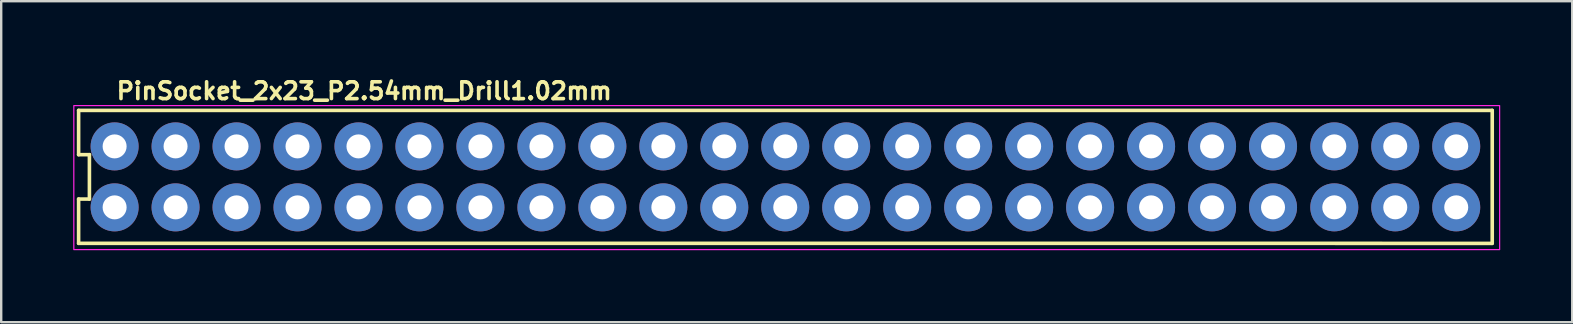
<source format=kicad_pcb>
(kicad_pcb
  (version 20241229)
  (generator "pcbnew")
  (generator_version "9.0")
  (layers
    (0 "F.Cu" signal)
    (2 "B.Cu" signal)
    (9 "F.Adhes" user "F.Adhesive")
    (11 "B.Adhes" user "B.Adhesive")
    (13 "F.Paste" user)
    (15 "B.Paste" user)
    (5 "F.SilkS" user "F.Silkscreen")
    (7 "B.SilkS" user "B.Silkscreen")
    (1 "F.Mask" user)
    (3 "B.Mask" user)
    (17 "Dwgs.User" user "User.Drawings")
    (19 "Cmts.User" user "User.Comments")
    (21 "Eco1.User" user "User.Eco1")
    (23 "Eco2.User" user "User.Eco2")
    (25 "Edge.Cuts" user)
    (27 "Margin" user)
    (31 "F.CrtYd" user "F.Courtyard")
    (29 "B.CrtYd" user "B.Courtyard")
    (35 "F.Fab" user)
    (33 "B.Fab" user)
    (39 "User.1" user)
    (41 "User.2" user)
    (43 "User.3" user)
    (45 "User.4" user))
  (footprint "PinSocket_2x23_P2.54mm_Drill1.02mm"
    (layer "F.Cu")
    (at 1.725 3.049)
    (property "Reference" "PinSocket_2x23_P2.54mm_Drill1.02mm" (at 0 -1.899 180) (layer "F.SilkS") (effects (font (size 0.7 0.7) (thickness 0.15)) (justify left bottom)))
    (attr through_hole)
    (fp_line (start -1.5 -1.5) (end -1.5 0.345) (stroke (width 0.15) (type solid)) (layer "F.SilkS"))
    (fp_line (start -1.5 0.345) (end -1.05 0.345) (stroke (width 0.15) (type solid)) (layer "F.SilkS"))
    (fp_line (start -1.5 2.193) (end -1.5 4.038) (stroke (width 0.15) (type solid)) (layer "F.SilkS"))
    (fp_line (start -1.5 4.038) (end 57.39 4.04) (stroke (width 0.15) (type solid)) (layer "F.SilkS"))
    (fp_line (start -1.05 0.345) (end -1.05 2.193) (stroke (width 0.15) (type solid)) (layer "F.SilkS"))
    (fp_line (start -1.05 2.193) (end -1.5 2.193) (stroke (width 0.15) (type solid)) (layer "F.SilkS"))
    (fp_line (start 57.39 -1.5) (end -1.5 -1.5) (stroke (width 0.15) (type solid)) (layer "F.SilkS"))
    (fp_line (start 57.392 4.039) (end 57.392 -1.5) (stroke (width 0.15) (type solid)) (layer "F.SilkS"))
    (fp_rect (start -1.7 -1.7) (end 57.7 4.3) (stroke (width 0.05) (type solid)) (fill no) (layer "F.CrtYd"))
    (fp_rect (start -1.221 -1.27) (end 57.25 3.81) (stroke (width 0.1) (type solid)) (fill no) (layer "User.5"))
    (fp_line (start -1.221 -1.27) (end -1.221 3.81) (stroke (width 0.02) (type solid)) (layer "User.9"))
    (fp_line (start -1.221 3.81) (end 57.21 3.81) (stroke (width 0.02) (type solid)) (layer "User.9"))
    (fp_line (start -0.651 -0.699) (end 0.749 -0.699) (stroke (width 0.02) (type solid)) (layer "User.9"))
    (fp_line (start -0.651 0.699) (end -0.651 -0.699) (stroke (width 0.02) (type solid)) (layer "User.9"))
    (fp_line (start -0.651 0.699) (end -0.451 0.5) (stroke (width 0.02) (type solid)) (layer "User.9"))
    (fp_line (start -0.651 1.84) (end 0.749 1.84) (stroke (width 0.02) (type solid)) (layer "User.9"))
    (fp_line (start -0.651 3.24) (end -0.651 1.84) (stroke (width 0.02) (type solid)) (layer "User.9"))
    (fp_line (start -0.451 -0.5) (end -0.651 -0.699) (stroke (width 0.02) (type solid)) (layer "User.9"))
    (fp_line (start -0.451 -0.5) (end -0.451 0.5) (stroke (width 0.02) (type solid)) (layer "User.9"))
    (fp_line (start -0.451 0.5) (end 0.549 0.5) (stroke (width 0.02) (type solid)) (layer "User.9"))
    (fp_line (start -0.451 2.04) (end -0.651 1.84) (stroke (width 0.02) (type solid)) (layer "User.9"))
    (fp_line (start -0.451 2.04) (end -0.451 3.04) (stroke (width 0.02) (type solid)) (layer "User.9"))
    (fp_line (start -0.451 3.04) (end -0.651 3.24) (stroke (width 0.02) (type solid)) (layer "User.9"))
    (fp_line (start -0.451 3.04) (end 0.549 3.04) (stroke (width 0.02) (type solid)) (layer "User.9"))
    (fp_line (start -0.201 -0.25) (end 0.299 -0.25) (stroke (width 0.02) (type solid)) (layer "User.9"))
    (fp_line (start -0.201 0.25) (end -0.201 -0.25) (stroke (width 0.02) (type solid)) (layer "User.9"))
    (fp_line (start -0.201 2.29) (end 0.299 2.29) (stroke (width 0.02) (type solid)) (layer "User.9"))
    (fp_line (start -0.201 2.79) (end -0.201 2.29) (stroke (width 0.02) (type solid)) (layer "User.9"))
    (fp_line (start 0.299 -0.25) (end 0.299 0.25) (stroke (width 0.02) (type solid)) (layer "User.9"))
    (fp_line (start 0.299 0.25) (end -0.201 0.25) (stroke (width 0.02) (type solid)) (layer "User.9"))
    (fp_line (start 0.299 2.29) (end 0.299 2.79) (stroke (width 0.02) (type solid)) (layer "User.9"))
    (fp_line (start 0.299 2.79) (end -0.201 2.79) (stroke (width 0.02) (type solid)) (layer "User.9"))
    (fp_line (start 0.549 -0.5) (end -0.451 -0.5) (stroke (width 0.02) (type solid)) (layer "User.9"))
    (fp_line (start 0.549 -0.5) (end 0.749 -0.699) (stroke (width 0.02) (type solid)) (layer "User.9"))
    (fp_line (start 0.549 0.5) (end 0.549 -0.5) (stroke (width 0.02) (type solid)) (layer "User.9"))
    (fp_line (start 0.549 2.04) (end -0.451 2.04) (stroke (width 0.02) (type solid)) (layer "User.9"))
    (fp_line (start 0.549 3.04) (end 0.549 2.04) (stroke (width 0.02) (type solid)) (layer "User.9"))
    (fp_line (start 0.749 -0.699) (end 0.749 0.699) (stroke (width 0.02) (type solid)) (layer "User.9"))
    (fp_line (start 0.749 0.699) (end -0.651 0.699) (stroke (width 0.02) (type solid)) (layer "User.9"))
    (fp_line (start 0.749 0.699) (end 0.549 0.5) (stroke (width 0.02) (type solid)) (layer "User.9"))
    (fp_line (start 0.749 1.84) (end 0.549 2.04) (stroke (width 0.02) (type solid)) (layer "User.9"))
    (fp_line (start 0.749 1.84) (end 0.749 3.24) (stroke (width 0.02) (type solid)) (layer "User.9"))
    (fp_line (start 0.749 3.24) (end -0.651 3.24) (stroke (width 0.02) (type solid)) (layer "User.9"))
    (fp_line (start 0.749 3.24) (end 0.549 3.04) (stroke (width 0.02) (type solid)) (layer "User.9"))
    (fp_line (start 1.889 -0.699) (end 2.089 -0.5) (stroke (width 0.02) (type solid)) (layer "User.9"))
    (fp_line (start 1.889 -0.699) (end 3.289 -0.699) (stroke (width 0.02) (type solid)) (layer "User.9"))
    (fp_line (start 1.889 0.699) (end 1.889 -0.699) (stroke (width 0.02) (type solid)) (layer "User.9"))
    (fp_line (start 1.889 0.699) (end 2.089 0.5) (stroke (width 0.02) (type solid)) (layer "User.9"))
    (fp_line (start 1.889 1.84) (end 2.089 2.04) (stroke (width 0.02) (type solid)) (layer "User.9"))
    (fp_line (start 1.889 1.84) (end 3.289 1.84) (stroke (width 0.02) (type solid)) (layer "User.9"))
    (fp_line (start 1.889 3.24) (end 1.889 1.84) (stroke (width 0.02) (type solid)) (layer "User.9"))
    (fp_line (start 2.089 -0.5) (end 2.089 0.5) (stroke (width 0.02) (type solid)) (layer "User.9"))
    (fp_line (start 2.089 0.5) (end 3.089 0.5) (stroke (width 0.02) (type solid)) (layer "User.9"))
    (fp_line (start 2.089 2.04) (end 2.089 3.04) (stroke (width 0.02) (type solid)) (layer "User.9"))
    (fp_line (start 2.089 3.04) (end 1.889 3.24) (stroke (width 0.02) (type solid)) (layer "User.9"))
    (fp_line (start 2.089 3.04) (end 3.089 3.04) (stroke (width 0.02) (type solid)) (layer "User.9"))
    (fp_line (start 2.339 -0.25) (end 2.839 -0.25) (stroke (width 0.02) (type solid)) (layer "User.9"))
    (fp_line (start 2.339 0.25) (end 2.339 -0.25) (stroke (width 0.02) (type solid)) (layer "User.9"))
    (fp_line (start 2.339 2.29) (end 2.839 2.29) (stroke (width 0.02) (type solid)) (layer "User.9"))
    (fp_line (start 2.339 2.79) (end 2.339 2.29) (stroke (width 0.02) (type solid)) (layer "User.9"))
    (fp_line (start 2.839 -0.25) (end 2.839 0.25) (stroke (width 0.02) (type solid)) (layer "User.9"))
    (fp_line (start 2.839 0.25) (end 2.339 0.25) (stroke (width 0.02) (type solid)) (layer "User.9"))
    (fp_line (start 2.839 2.29) (end 2.839 2.79) (stroke (width 0.02) (type solid)) (layer "User.9"))
    (fp_line (start 2.839 2.79) (end 2.339 2.79) (stroke (width 0.02) (type solid)) (layer "User.9"))
    (fp_line (start 3.089 -0.5) (end 2.089 -0.5) (stroke (width 0.02) (type solid)) (layer "User.9"))
    (fp_line (start 3.089 -0.5) (end 3.289 -0.699) (stroke (width 0.02) (type solid)) (layer "User.9"))
    (fp_line (start 3.089 0.5) (end 3.089 -0.5) (stroke (width 0.02) (type solid)) (layer "User.9"))
    (fp_line (start 3.089 0.5) (end 3.289 0.699) (stroke (width 0.02) (type solid)) (layer "User.9"))
    (fp_line (start 3.089 2.04) (end 2.089 2.04) (stroke (width 0.02) (type solid)) (layer "User.9"))
    (fp_line (start 3.089 3.04) (end 3.089 2.04) (stroke (width 0.02) (type solid)) (layer "User.9"))
    (fp_line (start 3.089 3.04) (end 3.289 3.24) (stroke (width 0.02) (type solid)) (layer "User.9"))
    (fp_line (start 3.289 -0.699) (end 3.289 0.699) (stroke (width 0.02) (type solid)) (layer "User.9"))
    (fp_line (start 3.289 0.699) (end 1.889 0.699) (stroke (width 0.02) (type solid)) (layer "User.9"))
    (fp_line (start 3.289 1.84) (end 3.089 2.04) (stroke (width 0.02) (type solid)) (layer "User.9"))
    (fp_line (start 3.289 1.84) (end 3.289 3.24) (stroke (width 0.02) (type solid)) (layer "User.9"))
    (fp_line (start 3.289 3.24) (end 1.889 3.24) (stroke (width 0.02) (type solid)) (layer "User.9"))
    (fp_line (start 4.429 -0.699) (end 4.628 -0.5) (stroke (width 0.02) (type solid)) (layer "User.9"))
    (fp_line (start 4.429 -0.699) (end 5.829 -0.699) (stroke (width 0.02) (type solid)) (layer "User.9"))
    (fp_line (start 4.429 0.699) (end 4.429 -0.699) (stroke (width 0.02) (type solid)) (layer "User.9"))
    (fp_line (start 4.429 0.699) (end 4.628 0.5) (stroke (width 0.02) (type solid)) (layer "User.9"))
    (fp_line (start 4.429 1.84) (end 4.628 2.04) (stroke (width 0.02) (type solid)) (layer "User.9"))
    (fp_line (start 4.429 1.84) (end 5.829 1.84) (stroke (width 0.02) (type solid)) (layer "User.9"))
    (fp_line (start 4.429 3.24) (end 4.429 1.84) (stroke (width 0.02) (type solid)) (layer "User.9"))
    (fp_line (start 4.628 -0.5) (end 4.628 0.5) (stroke (width 0.02) (type solid)) (layer "User.9"))
    (fp_line (start 4.628 0.5) (end 5.628 0.5) (stroke (width 0.02) (type solid)) (layer "User.9"))
    (fp_line (start 4.628 2.04) (end 4.628 3.04) (stroke (width 0.02) (type solid)) (layer "User.9"))
    (fp_line (start 4.628 3.04) (end 4.429 3.24) (stroke (width 0.02) (type solid)) (layer "User.9"))
    (fp_line (start 4.628 3.04) (end 5.628 3.04) (stroke (width 0.02) (type solid)) (layer "User.9"))
    (fp_line (start 4.878 -0.25) (end 5.378 -0.25) (stroke (width 0.02) (type solid)) (layer "User.9"))
    (fp_line (start 4.878 0.25) (end 4.878 -0.25) (stroke (width 0.02) (type solid)) (layer "User.9"))
    (fp_line (start 4.878 2.29) (end 5.378 2.29) (stroke (width 0.02) (type solid)) (layer "User.9"))
    (fp_line (start 4.878 2.79) (end 4.878 2.29) (stroke (width 0.02) (type solid)) (layer "User.9"))
    (fp_line (start 5.378 -0.25) (end 5.378 0.25) (stroke (width 0.02) (type solid)) (layer "User.9"))
    (fp_line (start 5.378 0.25) (end 4.878 0.25) (stroke (width 0.02) (type solid)) (layer "User.9"))
    (fp_line (start 5.378 2.29) (end 5.378 2.79) (stroke (width 0.02) (type solid)) (layer "User.9"))
    (fp_line (start 5.378 2.79) (end 4.878 2.79) (stroke (width 0.02) (type solid)) (layer "User.9"))
    (fp_line (start 5.628 -0.5) (end 4.628 -0.5) (stroke (width 0.02) (type solid)) (layer "User.9"))
    (fp_line (start 5.628 -0.5) (end 5.829 -0.699) (stroke (width 0.02) (type solid)) (layer "User.9"))
    (fp_line (start 5.628 0.5) (end 5.628 -0.5) (stroke (width 0.02) (type solid)) (layer "User.9"))
    (fp_line (start 5.628 0.5) (end 5.829 0.699) (stroke (width 0.02) (type solid)) (layer "User.9"))
    (fp_line (start 5.628 2.04) (end 4.628 2.04) (stroke (width 0.02) (type solid)) (layer "User.9"))
    (fp_line (start 5.628 3.04) (end 5.628 2.04) (stroke (width 0.02) (type solid)) (layer "User.9"))
    (fp_line (start 5.628 3.04) (end 5.829 3.24) (stroke (width 0.02) (type solid)) (layer "User.9"))
    (fp_line (start 5.829 -0.699) (end 5.829 0.699) (stroke (width 0.02) (type solid)) (layer "User.9"))
    (fp_line (start 5.829 0.699) (end 4.429 0.699) (stroke (width 0.02) (type solid)) (layer "User.9"))
    (fp_line (start 5.829 1.84) (end 5.628 2.04) (stroke (width 0.02) (type solid)) (layer "User.9"))
    (fp_line (start 5.829 1.84) (end 5.829 3.24) (stroke (width 0.02) (type solid)) (layer "User.9"))
    (fp_line (start 5.829 3.24) (end 4.429 3.24) (stroke (width 0.02) (type solid)) (layer "User.9"))
    (fp_line (start 6.969 -0.699) (end 7.168 -0.5) (stroke (width 0.02) (type solid)) (layer "User.9"))
    (fp_line (start 6.969 -0.699) (end 8.369 -0.699) (stroke (width 0.02) (type solid)) (layer "User.9"))
    (fp_line (start 6.969 0.699) (end 6.969 -0.699) (stroke (width 0.02) (type solid)) (layer "User.9"))
    (fp_line (start 6.969 0.699) (end 7.168 0.5) (stroke (width 0.02) (type solid)) (layer "User.9"))
    (fp_line (start 6.969 1.84) (end 7.168 2.04) (stroke (width 0.02) (type solid)) (layer "User.9"))
    (fp_line (start 6.969 1.84) (end 8.369 1.84) (stroke (width 0.02) (type solid)) (layer "User.9"))
    (fp_line (start 6.969 3.24) (end 6.969 1.84) (stroke (width 0.02) (type solid)) (layer "User.9"))
    (fp_line (start 7.168 -0.5) (end 7.168 0.5) (stroke (width 0.02) (type solid)) (layer "User.9"))
    (fp_line (start 7.168 0.5) (end 8.169 0.5) (stroke (width 0.02) (type solid)) (layer "User.9"))
    (fp_line (start 7.168 2.04) (end 7.168 3.04) (stroke (width 0.02) (type solid)) (layer "User.9"))
    (fp_line (start 7.168 3.04) (end 6.969 3.24) (stroke (width 0.02) (type solid)) (layer "User.9"))
    (fp_line (start 7.168 3.04) (end 8.169 3.04) (stroke (width 0.02) (type solid)) (layer "User.9"))
    (fp_line (start 7.418 -0.25) (end 7.918 -0.25) (stroke (width 0.02) (type solid)) (layer "User.9"))
    (fp_line (start 7.418 0.25) (end 7.418 -0.25) (stroke (width 0.02) (type solid)) (layer "User.9"))
    (fp_line (start 7.418 2.29) (end 7.918 2.29) (stroke (width 0.02) (type solid)) (layer "User.9"))
    (fp_line (start 7.418 2.79) (end 7.418 2.29) (stroke (width 0.02) (type solid)) (layer "User.9"))
    (fp_line (start 7.918 -0.25) (end 7.918 0.25) (stroke (width 0.02) (type solid)) (layer "User.9"))
    (fp_line (start 7.918 0.25) (end 7.418 0.25) (stroke (width 0.02) (type solid)) (layer "User.9"))
    (fp_line (start 7.918 2.29) (end 7.918 2.79) (stroke (width 0.02) (type solid)) (layer "User.9"))
    (fp_line (start 7.918 2.79) (end 7.418 2.79) (stroke (width 0.02) (type solid)) (layer "User.9"))
    (fp_line (start 8.169 -0.5) (end 7.168 -0.5) (stroke (width 0.02) (type solid)) (layer "User.9"))
    (fp_line (start 8.169 -0.5) (end 8.369 -0.699) (stroke (width 0.02) (type solid)) (layer "User.9"))
    (fp_line (start 8.169 0.5) (end 8.169 -0.5) (stroke (width 0.02) (type solid)) (layer "User.9"))
    (fp_line (start 8.169 0.5) (end 8.369 0.699) (stroke (width 0.02) (type solid)) (layer "User.9"))
    (fp_line (start 8.169 2.04) (end 7.168 2.04) (stroke (width 0.02) (type solid)) (layer "User.9"))
    (fp_line (start 8.169 3.04) (end 8.169 2.04) (stroke (width 0.02) (type solid)) (layer "User.9"))
    (fp_line (start 8.169 3.04) (end 8.369 3.24) (stroke (width 0.02) (type solid)) (layer "User.9"))
    (fp_line (start 8.369 -0.699) (end 8.369 0.699) (stroke (width 0.02) (type solid)) (layer "User.9"))
    (fp_line (start 8.369 0.699) (end 6.969 0.699) (stroke (width 0.02) (type solid)) (layer "User.9"))
    (fp_line (start 8.369 1.84) (end 8.169 2.04) (stroke (width 0.02) (type solid)) (layer "User.9"))
    (fp_line (start 8.369 1.84) (end 8.369 3.24) (stroke (width 0.02) (type solid)) (layer "User.9"))
    (fp_line (start 8.369 3.24) (end 6.969 3.24) (stroke (width 0.02) (type solid)) (layer "User.9"))
    (fp_line (start 9.509 -0.699) (end 9.709 -0.5) (stroke (width 0.02) (type solid)) (layer "User.9"))
    (fp_line (start 9.509 -0.699) (end 10.909 -0.699) (stroke (width 0.02) (type solid)) (layer "User.9"))
    (fp_line (start 9.509 0.699) (end 9.509 -0.699) (stroke (width 0.02) (type solid)) (layer "User.9"))
    (fp_line (start 9.509 0.699) (end 9.709 0.5) (stroke (width 0.02) (type solid)) (layer "User.9"))
    (fp_line (start 9.509 1.84) (end 9.709 2.04) (stroke (width 0.02) (type solid)) (layer "User.9"))
    (fp_line (start 9.509 1.84) (end 10.909 1.84) (stroke (width 0.02) (type solid)) (layer "User.9"))
    (fp_line (start 9.509 3.24) (end 9.509 1.84) (stroke (width 0.02) (type solid)) (layer "User.9"))
    (fp_line (start 9.709 -0.5) (end 9.709 0.5) (stroke (width 0.02) (type solid)) (layer "User.9"))
    (fp_line (start 9.709 0.5) (end 10.709 0.5) (stroke (width 0.02) (type solid)) (layer "User.9"))
    (fp_line (start 9.709 2.04) (end 9.709 3.04) (stroke (width 0.02) (type solid)) (layer "User.9"))
    (fp_line (start 9.709 3.04) (end 9.509 3.24) (stroke (width 0.02) (type solid)) (layer "User.9"))
    (fp_line (start 9.709 3.04) (end 10.709 3.04) (stroke (width 0.02) (type solid)) (layer "User.9"))
    (fp_line (start 9.959 -0.25) (end 10.459 -0.25) (stroke (width 0.02) (type solid)) (layer "User.9"))
    (fp_line (start 9.959 0.25) (end 9.959 -0.25) (stroke (width 0.02) (type solid)) (layer "User.9"))
    (fp_line (start 9.959 2.29) (end 10.459 2.29) (stroke (width 0.02) (type solid)) (layer "User.9"))
    (fp_line (start 9.959 2.79) (end 9.959 2.29) (stroke (width 0.02) (type solid)) (layer "User.9"))
    (fp_line (start 10.459 -0.25) (end 10.459 0.25) (stroke (width 0.02) (type solid)) (layer "User.9"))
    (fp_line (start 10.459 0.25) (end 9.959 0.25) (stroke (width 0.02) (type solid)) (layer "User.9"))
    (fp_line (start 10.459 2.29) (end 10.459 2.79) (stroke (width 0.02) (type solid)) (layer "User.9"))
    (fp_line (start 10.459 2.79) (end 9.959 2.79) (stroke (width 0.02) (type solid)) (layer "User.9"))
    (fp_line (start 10.709 -0.5) (end 9.709 -0.5) (stroke (width 0.02) (type solid)) (layer "User.9"))
    (fp_line (start 10.709 -0.5) (end 10.909 -0.699) (stroke (width 0.02) (type solid)) (layer "User.9"))
    (fp_line (start 10.709 0.5) (end 10.709 -0.5) (stroke (width 0.02) (type solid)) (layer "User.9"))
    (fp_line (start 10.709 0.5) (end 10.909 0.699) (stroke (width 0.02) (type solid)) (layer "User.9"))
    (fp_line (start 10.709 2.04) (end 9.709 2.04) (stroke (width 0.02) (type solid)) (layer "User.9"))
    (fp_line (start 10.709 3.04) (end 10.709 2.04) (stroke (width 0.02) (type solid)) (layer "User.9"))
    (fp_line (start 10.709 3.04) (end 10.909 3.24) (stroke (width 0.02) (type solid)) (layer "User.9"))
    (fp_line (start 10.909 -0.699) (end 10.909 0.699) (stroke (width 0.02) (type solid)) (layer "User.9"))
    (fp_line (start 10.909 0.699) (end 9.509 0.699) (stroke (width 0.02) (type solid)) (layer "User.9"))
    (fp_line (start 10.909 1.84) (end 10.709 2.04) (stroke (width 0.02) (type solid)) (layer "User.9"))
    (fp_line (start 10.909 1.84) (end 10.909 3.24) (stroke (width 0.02) (type solid)) (layer "User.9"))
    (fp_line (start 10.909 3.24) (end 9.509 3.24) (stroke (width 0.02) (type solid)) (layer "User.9"))
    (fp_line (start 12.049 -0.699) (end 13.449 -0.699) (stroke (width 0.02) (type solid)) (layer "User.9"))
    (fp_line (start 12.049 0.699) (end 12.049 -0.699) (stroke (width 0.02) (type solid)) (layer "User.9"))
    (fp_line (start 12.049 0.699) (end 12.249 0.5) (stroke (width 0.02) (type solid)) (layer "User.9"))
    (fp_line (start 12.049 1.84) (end 13.449 1.84) (stroke (width 0.02) (type solid)) (layer "User.9"))
    (fp_line (start 12.049 3.24) (end 12.049 1.84) (stroke (width 0.02) (type solid)) (layer "User.9"))
    (fp_line (start 12.249 -0.5) (end 12.049 -0.699) (stroke (width 0.02) (type solid)) (layer "User.9"))
    (fp_line (start 12.249 -0.5) (end 12.249 0.5) (stroke (width 0.02) (type solid)) (layer "User.9"))
    (fp_line (start 12.249 0.5) (end 13.249 0.5) (stroke (width 0.02) (type solid)) (layer "User.9"))
    (fp_line (start 12.249 2.04) (end 12.049 1.84) (stroke (width 0.02) (type solid)) (layer "User.9"))
    (fp_line (start 12.249 2.04) (end 12.249 3.04) (stroke (width 0.02) (type solid)) (layer "User.9"))
    (fp_line (start 12.249 3.04) (end 12.049 3.24) (stroke (width 0.02) (type solid)) (layer "User.9"))
    (fp_line (start 12.249 3.04) (end 13.249 3.04) (stroke (width 0.02) (type solid)) (layer "User.9"))
    (fp_line (start 12.499 -0.25) (end 12.999 -0.25) (stroke (width 0.02) (type solid)) (layer "User.9"))
    (fp_line (start 12.499 0.25) (end 12.499 -0.25) (stroke (width 0.02) (type solid)) (layer "User.9"))
    (fp_line (start 12.499 2.29) (end 12.999 2.29) (stroke (width 0.02) (type solid)) (layer "User.9"))
    (fp_line (start 12.499 2.79) (end 12.499 2.29) (stroke (width 0.02) (type solid)) (layer "User.9"))
    (fp_line (start 12.999 -0.25) (end 12.999 0.25) (stroke (width 0.02) (type solid)) (layer "User.9"))
    (fp_line (start 12.999 0.25) (end 12.499 0.25) (stroke (width 0.02) (type solid)) (layer "User.9"))
    (fp_line (start 12.999 2.29) (end 12.999 2.79) (stroke (width 0.02) (type solid)) (layer "User.9"))
    (fp_line (start 12.999 2.79) (end 12.499 2.79) (stroke (width 0.02) (type solid)) (layer "User.9"))
    (fp_line (start 13.249 -0.5) (end 12.249 -0.5) (stroke (width 0.02) (type solid)) (layer "User.9"))
    (fp_line (start 13.249 -0.5) (end 13.449 -0.699) (stroke (width 0.02) (type solid)) (layer "User.9"))
    (fp_line (start 13.249 0.5) (end 13.249 -0.5) (stroke (width 0.02) (type solid)) (layer "User.9"))
    (fp_line (start 13.249 2.04) (end 12.249 2.04) (stroke (width 0.02) (type solid)) (layer "User.9"))
    (fp_line (start 13.249 3.04) (end 13.249 2.04) (stroke (width 0.02) (type solid)) (layer "User.9"))
    (fp_line (start 13.449 -0.699) (end 13.449 0.699) (stroke (width 0.02) (type solid)) (layer "User.9"))
    (fp_line (start 13.449 0.699) (end 12.049 0.699) (stroke (width 0.02) (type solid)) (layer "User.9"))
    (fp_line (start 13.449 0.699) (end 13.249 0.5) (stroke (width 0.02) (type solid)) (layer "User.9"))
    (fp_line (start 13.449 1.84) (end 13.249 2.04) (stroke (width 0.02) (type solid)) (layer "User.9"))
    (fp_line (start 13.449 1.84) (end 13.449 3.24) (stroke (width 0.02) (type solid)) (layer "User.9"))
    (fp_line (start 13.449 3.24) (end 12.049 3.24) (stroke (width 0.02) (type solid)) (layer "User.9"))
    (fp_line (start 13.449 3.24) (end 13.249 3.04) (stroke (width 0.02) (type solid)) (layer "User.9"))
    (fp_line (start 14.589 -0.699) (end 14.789 -0.5) (stroke (width 0.02) (type solid)) (layer "User.9"))
    (fp_line (start 14.589 -0.699) (end 15.989 -0.699) (stroke (width 0.02) (type solid)) (layer "User.9"))
    (fp_line (start 14.589 0.699) (end 14.589 -0.699) (stroke (width 0.02) (type solid)) (layer "User.9"))
    (fp_line (start 14.589 0.699) (end 14.789 0.5) (stroke (width 0.02) (type solid)) (layer "User.9"))
    (fp_line (start 14.589 1.84) (end 14.789 2.04) (stroke (width 0.02) (type solid)) (layer "User.9"))
    (fp_line (start 14.589 1.84) (end 15.989 1.84) (stroke (width 0.02) (type solid)) (layer "User.9"))
    (fp_line (start 14.589 3.24) (end 14.589 1.84) (stroke (width 0.02) (type solid)) (layer "User.9"))
    (fp_line (start 14.789 -0.5) (end 14.789 0.5) (stroke (width 0.02) (type solid)) (layer "User.9"))
    (fp_line (start 14.789 0.5) (end 15.789 0.5) (stroke (width 0.02) (type solid)) (layer "User.9"))
    (fp_line (start 14.789 2.04) (end 14.789 3.04) (stroke (width 0.02) (type solid)) (layer "User.9"))
    (fp_line (start 14.789 3.04) (end 14.589 3.24) (stroke (width 0.02) (type solid)) (layer "User.9"))
    (fp_line (start 14.789 3.04) (end 15.789 3.04) (stroke (width 0.02) (type solid)) (layer "User.9"))
    (fp_line (start 15.039 -0.25) (end 15.539 -0.25) (stroke (width 0.02) (type solid)) (layer "User.9"))
    (fp_line (start 15.039 0.25) (end 15.039 -0.25) (stroke (width 0.02) (type solid)) (layer "User.9"))
    (fp_line (start 15.039 2.29) (end 15.539 2.29) (stroke (width 0.02) (type solid)) (layer "User.9"))
    (fp_line (start 15.039 2.79) (end 15.039 2.29) (stroke (width 0.02) (type solid)) (layer "User.9"))
    (fp_line (start 15.539 -0.25) (end 15.539 0.25) (stroke (width 0.02) (type solid)) (layer "User.9"))
    (fp_line (start 15.539 0.25) (end 15.039 0.25) (stroke (width 0.02) (type solid)) (layer "User.9"))
    (fp_line (start 15.539 2.29) (end 15.539 2.79) (stroke (width 0.02) (type solid)) (layer "User.9"))
    (fp_line (start 15.539 2.79) (end 15.039 2.79) (stroke (width 0.02) (type solid)) (layer "User.9"))
    (fp_line (start 15.789 -0.5) (end 14.789 -0.5) (stroke (width 0.02) (type solid)) (layer "User.9"))
    (fp_line (start 15.789 -0.5) (end 15.989 -0.699) (stroke (width 0.02) (type solid)) (layer "User.9"))
    (fp_line (start 15.789 0.5) (end 15.789 -0.5) (stroke (width 0.02) (type solid)) (layer "User.9"))
    (fp_line (start 15.789 0.5) (end 15.989 0.699) (stroke (width 0.02) (type solid)) (layer "User.9"))
    (fp_line (start 15.789 2.04) (end 14.789 2.04) (stroke (width 0.02) (type solid)) (layer "User.9"))
    (fp_line (start 15.789 3.04) (end 15.789 2.04) (stroke (width 0.02) (type solid)) (layer "User.9"))
    (fp_line (start 15.789 3.04) (end 15.989 3.24) (stroke (width 0.02) (type solid)) (layer "User.9"))
    (fp_line (start 15.989 -0.699) (end 15.989 0.699) (stroke (width 0.02) (type solid)) (layer "User.9"))
    (fp_line (start 15.989 0.699) (end 14.589 0.699) (stroke (width 0.02) (type solid)) (layer "User.9"))
    (fp_line (start 15.989 1.84) (end 15.789 2.04) (stroke (width 0.02) (type solid)) (layer "User.9"))
    (fp_line (start 15.989 1.84) (end 15.989 3.24) (stroke (width 0.02) (type solid)) (layer "User.9"))
    (fp_line (start 15.989 3.24) (end 14.589 3.24) (stroke (width 0.02) (type solid)) (layer "User.9"))
    (fp_line (start 17.129 -0.699) (end 17.329 -0.5) (stroke (width 0.02) (type solid)) (layer "User.9"))
    (fp_line (start 17.129 -0.699) (end 18.528 -0.699) (stroke (width 0.02) (type solid)) (layer "User.9"))
    (fp_line (start 17.129 0.699) (end 17.129 -0.699) (stroke (width 0.02) (type solid)) (layer "User.9"))
    (fp_line (start 17.129 0.699) (end 17.329 0.5) (stroke (width 0.02) (type solid)) (layer "User.9"))
    (fp_line (start 17.129 1.84) (end 17.329 2.04) (stroke (width 0.02) (type solid)) (layer "User.9"))
    (fp_line (start 17.129 1.84) (end 18.528 1.84) (stroke (width 0.02) (type solid)) (layer "User.9"))
    (fp_line (start 17.129 3.24) (end 17.129 1.84) (stroke (width 0.02) (type solid)) (layer "User.9"))
    (fp_line (start 17.329 -0.5) (end 17.329 0.5) (stroke (width 0.02) (type solid)) (layer "User.9"))
    (fp_line (start 17.329 0.5) (end 18.329 0.5) (stroke (width 0.02) (type solid)) (layer "User.9"))
    (fp_line (start 17.329 2.04) (end 17.329 3.04) (stroke (width 0.02) (type solid)) (layer "User.9"))
    (fp_line (start 17.329 3.04) (end 17.129 3.24) (stroke (width 0.02) (type solid)) (layer "User.9"))
    (fp_line (start 17.329 3.04) (end 18.329 3.04) (stroke (width 0.02) (type solid)) (layer "User.9"))
    (fp_line (start 17.579 -0.25) (end 18.079 -0.25) (stroke (width 0.02) (type solid)) (layer "User.9"))
    (fp_line (start 17.579 0.25) (end 17.579 -0.25) (stroke (width 0.02) (type solid)) (layer "User.9"))
    (fp_line (start 17.579 2.29) (end 18.079 2.29) (stroke (width 0.02) (type solid)) (layer "User.9"))
    (fp_line (start 17.579 2.79) (end 17.579 2.29) (stroke (width 0.02) (type solid)) (layer "User.9"))
    (fp_line (start 18.079 -0.25) (end 18.079 0.25) (stroke (width 0.02) (type solid)) (layer "User.9"))
    (fp_line (start 18.079 0.25) (end 17.579 0.25) (stroke (width 0.02) (type solid)) (layer "User.9"))
    (fp_line (start 18.079 2.29) (end 18.079 2.79) (stroke (width 0.02) (type solid)) (layer "User.9"))
    (fp_line (start 18.079 2.79) (end 17.579 2.79) (stroke (width 0.02) (type solid)) (layer "User.9"))
    (fp_line (start 18.329 -0.5) (end 17.329 -0.5) (stroke (width 0.02) (type solid)) (layer "User.9"))
    (fp_line (start 18.329 -0.5) (end 18.528 -0.699) (stroke (width 0.02) (type solid)) (layer "User.9"))
    (fp_line (start 18.329 0.5) (end 18.329 -0.5) (stroke (width 0.02) (type solid)) (layer "User.9"))
    (fp_line (start 18.329 0.5) (end 18.528 0.699) (stroke (width 0.02) (type solid)) (layer "User.9"))
    (fp_line (start 18.329 2.04) (end 17.329 2.04) (stroke (width 0.02) (type solid)) (layer "User.9"))
    (fp_line (start 18.329 3.04) (end 18.329 2.04) (stroke (width 0.02) (type solid)) (layer "User.9"))
    (fp_line (start 18.329 3.04) (end 18.528 3.24) (stroke (width 0.02) (type solid)) (layer "User.9"))
    (fp_line (start 18.528 -0.699) (end 18.528 0.699) (stroke (width 0.02) (type solid)) (layer "User.9"))
    (fp_line (start 18.528 0.699) (end 17.129 0.699) (stroke (width 0.02) (type solid)) (layer "User.9"))
    (fp_line (start 18.528 1.84) (end 18.329 2.04) (stroke (width 0.02) (type solid)) (layer "User.9"))
    (fp_line (start 18.528 1.84) (end 18.528 3.24) (stroke (width 0.02) (type solid)) (layer "User.9"))
    (fp_line (start 18.528 3.24) (end 17.129 3.24) (stroke (width 0.02) (type solid)) (layer "User.9"))
    (fp_line (start 19.669 -0.699) (end 19.868 -0.5) (stroke (width 0.02) (type solid)) (layer "User.9"))
    (fp_line (start 19.669 -0.699) (end 21.069 -0.699) (stroke (width 0.02) (type solid)) (layer "User.9"))
    (fp_line (start 19.669 0.699) (end 19.669 -0.699) (stroke (width 0.02) (type solid)) (layer "User.9"))
    (fp_line (start 19.669 0.699) (end 19.868 0.5) (stroke (width 0.02) (type solid)) (layer "User.9"))
    (fp_line (start 19.669 1.84) (end 19.868 2.04) (stroke (width 0.02) (type solid)) (layer "User.9"))
    (fp_line (start 19.669 1.84) (end 21.069 1.84) (stroke (width 0.02) (type solid)) (layer "User.9"))
    (fp_line (start 19.669 3.24) (end 19.669 1.84) (stroke (width 0.02) (type solid)) (layer "User.9"))
    (fp_line (start 19.868 -0.5) (end 19.868 0.5) (stroke (width 0.02) (type solid)) (layer "User.9"))
    (fp_line (start 19.868 0.5) (end 20.868 0.5) (stroke (width 0.02) (type solid)) (layer "User.9"))
    (fp_line (start 19.868 2.04) (end 19.868 3.04) (stroke (width 0.02) (type solid)) (layer "User.9"))
    (fp_line (start 19.868 3.04) (end 19.669 3.24) (stroke (width 0.02) (type solid)) (layer "User.9"))
    (fp_line (start 19.868 3.04) (end 20.868 3.04) (stroke (width 0.02) (type solid)) (layer "User.9"))
    (fp_line (start 20.118 -0.25) (end 20.618 -0.25) (stroke (width 0.02) (type solid)) (layer "User.9"))
    (fp_line (start 20.118 0.25) (end 20.118 -0.25) (stroke (width 0.02) (type solid)) (layer "User.9"))
    (fp_line (start 20.118 2.29) (end 20.618 2.29) (stroke (width 0.02) (type solid)) (layer "User.9"))
    (fp_line (start 20.118 2.79) (end 20.118 2.29) (stroke (width 0.02) (type solid)) (layer "User.9"))
    (fp_line (start 20.618 -0.25) (end 20.618 0.25) (stroke (width 0.02) (type solid)) (layer "User.9"))
    (fp_line (start 20.618 0.25) (end 20.118 0.25) (stroke (width 0.02) (type solid)) (layer "User.9"))
    (fp_line (start 20.618 2.29) (end 20.618 2.79) (stroke (width 0.02) (type solid)) (layer "User.9"))
    (fp_line (start 20.618 2.79) (end 20.118 2.79) (stroke (width 0.02) (type solid)) (layer "User.9"))
    (fp_line (start 20.868 -0.5) (end 19.868 -0.5) (stroke (width 0.02) (type solid)) (layer "User.9"))
    (fp_line (start 20.868 -0.5) (end 21.069 -0.699) (stroke (width 0.02) (type solid)) (layer "User.9"))
    (fp_line (start 20.868 0.5) (end 20.868 -0.5) (stroke (width 0.02) (type solid)) (layer "User.9"))
    (fp_line (start 20.868 0.5) (end 21.069 0.699) (stroke (width 0.02) (type solid)) (layer "User.9"))
    (fp_line (start 20.868 2.04) (end 19.868 2.04) (stroke (width 0.02) (type solid)) (layer "User.9"))
    (fp_line (start 20.868 3.04) (end 20.868 2.04) (stroke (width 0.02) (type solid)) (layer "User.9"))
    (fp_line (start 20.868 3.04) (end 21.069 3.24) (stroke (width 0.02) (type solid)) (layer "User.9"))
    (fp_line (start 21.069 -0.699) (end 21.069 0.699) (stroke (width 0.02) (type solid)) (layer "User.9"))
    (fp_line (start 21.069 0.699) (end 19.669 0.699) (stroke (width 0.02) (type solid)) (layer "User.9"))
    (fp_line (start 21.069 1.84) (end 20.868 2.04) (stroke (width 0.02) (type solid)) (layer "User.9"))
    (fp_line (start 21.069 1.84) (end 21.069 3.24) (stroke (width 0.02) (type solid)) (layer "User.9"))
    (fp_line (start 21.069 3.24) (end 19.669 3.24) (stroke (width 0.02) (type solid)) (layer "User.9"))
    (fp_line (start 22.209 -0.699) (end 22.409 -0.5) (stroke (width 0.02) (type solid)) (layer "User.9"))
    (fp_line (start 22.209 -0.699) (end 23.608 -0.699) (stroke (width 0.02) (type solid)) (layer "User.9"))
    (fp_line (start 22.209 0.699) (end 22.209 -0.699) (stroke (width 0.02) (type solid)) (layer "User.9"))
    (fp_line (start 22.209 0.699) (end 22.409 0.5) (stroke (width 0.02) (type solid)) (layer "User.9"))
    (fp_line (start 22.209 1.84) (end 22.409 2.04) (stroke (width 0.02) (type solid)) (layer "User.9"))
    (fp_line (start 22.209 1.84) (end 23.608 1.84) (stroke (width 0.02) (type solid)) (layer "User.9"))
    (fp_line (start 22.209 3.24) (end 22.209 1.84) (stroke (width 0.02) (type solid)) (layer "User.9"))
    (fp_line (start 22.409 -0.5) (end 22.409 0.5) (stroke (width 0.02) (type solid)) (layer "User.9"))
    (fp_line (start 22.409 0.5) (end 23.409 0.5) (stroke (width 0.02) (type solid)) (layer "User.9"))
    (fp_line (start 22.409 2.04) (end 22.409 3.04) (stroke (width 0.02) (type solid)) (layer "User.9"))
    (fp_line (start 22.409 3.04) (end 22.209 3.24) (stroke (width 0.02) (type solid)) (layer "User.9"))
    (fp_line (start 22.409 3.04) (end 23.409 3.04) (stroke (width 0.02) (type solid)) (layer "User.9"))
    (fp_line (start 22.659 -0.25) (end 23.159 -0.25) (stroke (width 0.02) (type solid)) (layer "User.9"))
    (fp_line (start 22.659 0.25) (end 22.659 -0.25) (stroke (width 0.02) (type solid)) (layer "User.9"))
    (fp_line (start 22.659 2.29) (end 23.159 2.29) (stroke (width 0.02) (type solid)) (layer "User.9"))
    (fp_line (start 22.659 2.79) (end 22.659 2.29) (stroke (width 0.02) (type solid)) (layer "User.9"))
    (fp_line (start 23.159 -0.25) (end 23.159 0.25) (stroke (width 0.02) (type solid)) (layer "User.9"))
    (fp_line (start 23.159 0.25) (end 22.659 0.25) (stroke (width 0.02) (type solid)) (layer "User.9"))
    (fp_line (start 23.159 2.29) (end 23.159 2.79) (stroke (width 0.02) (type solid)) (layer "User.9"))
    (fp_line (start 23.159 2.79) (end 22.659 2.79) (stroke (width 0.02) (type solid)) (layer "User.9"))
    (fp_line (start 23.409 -0.5) (end 22.409 -0.5) (stroke (width 0.02) (type solid)) (layer "User.9"))
    (fp_line (start 23.409 -0.5) (end 23.608 -0.699) (stroke (width 0.02) (type solid)) (layer "User.9"))
    (fp_line (start 23.409 0.5) (end 23.409 -0.5) (stroke (width 0.02) (type solid)) (layer "User.9"))
    (fp_line (start 23.409 0.5) (end 23.608 0.699) (stroke (width 0.02) (type solid)) (layer "User.9"))
    (fp_line (start 23.409 2.04) (end 22.409 2.04) (stroke (width 0.02) (type solid)) (layer "User.9"))
    (fp_line (start 23.409 3.04) (end 23.409 2.04) (stroke (width 0.02) (type solid)) (layer "User.9"))
    (fp_line (start 23.409 3.04) (end 23.608 3.24) (stroke (width 0.02) (type solid)) (layer "User.9"))
    (fp_line (start 23.608 -0.699) (end 23.608 0.699) (stroke (width 0.02) (type solid)) (layer "User.9"))
    (fp_line (start 23.608 0.699) (end 22.209 0.699) (stroke (width 0.02) (type solid)) (layer "User.9"))
    (fp_line (start 23.608 1.84) (end 23.409 2.04) (stroke (width 0.02) (type solid)) (layer "User.9"))
    (fp_line (start 23.608 1.84) (end 23.608 3.24) (stroke (width 0.02) (type solid)) (layer "User.9"))
    (fp_line (start 23.608 3.24) (end 22.209 3.24) (stroke (width 0.02) (type solid)) (layer "User.9"))
    (fp_line (start 24.749 -0.699) (end 26.149 -0.699) (stroke (width 0.02) (type solid)) (layer "User.9"))
    (fp_line (start 24.749 0.699) (end 24.749 -0.699) (stroke (width 0.02) (type solid)) (layer "User.9"))
    (fp_line (start 24.749 0.699) (end 24.948 0.5) (stroke (width 0.02) (type solid)) (layer "User.9"))
    (fp_line (start 24.749 1.84) (end 26.149 1.84) (stroke (width 0.02) (type solid)) (layer "User.9"))
    (fp_line (start 24.749 3.24) (end 24.749 1.84) (stroke (width 0.02) (type solid)) (layer "User.9"))
    (fp_line (start 24.948 -0.5) (end 24.749 -0.699) (stroke (width 0.02) (type solid)) (layer "User.9"))
    (fp_line (start 24.948 -0.5) (end 24.948 0.5) (stroke (width 0.02) (type solid)) (layer "User.9"))
    (fp_line (start 24.948 0.5) (end 25.948 0.5) (stroke (width 0.02) (type solid)) (layer "User.9"))
    (fp_line (start 24.948 2.04) (end 24.749 1.84) (stroke (width 0.02) (type solid)) (layer "User.9"))
    (fp_line (start 24.948 2.04) (end 24.948 3.04) (stroke (width 0.02) (type solid)) (layer "User.9"))
    (fp_line (start 24.948 3.04) (end 24.749 3.24) (stroke (width 0.02) (type solid)) (layer "User.9"))
    (fp_line (start 24.948 3.04) (end 25.948 3.04) (stroke (width 0.02) (type solid)) (layer "User.9"))
    (fp_line (start 25.198 -0.25) (end 25.698 -0.25) (stroke (width 0.02) (type solid)) (layer "User.9"))
    (fp_line (start 25.198 0.25) (end 25.198 -0.25) (stroke (width 0.02) (type solid)) (layer "User.9"))
    (fp_line (start 25.198 2.29) (end 25.698 2.29) (stroke (width 0.02) (type solid)) (layer "User.9"))
    (fp_line (start 25.198 2.79) (end 25.198 2.29) (stroke (width 0.02) (type solid)) (layer "User.9"))
    (fp_line (start 25.698 -0.25) (end 25.698 0.25) (stroke (width 0.02) (type solid)) (layer "User.9"))
    (fp_line (start 25.698 0.25) (end 25.198 0.25) (stroke (width 0.02) (type solid)) (layer "User.9"))
    (fp_line (start 25.698 2.29) (end 25.698 2.79) (stroke (width 0.02) (type solid)) (layer "User.9"))
    (fp_line (start 25.698 2.79) (end 25.198 2.79) (stroke (width 0.02) (type solid)) (layer "User.9"))
    (fp_line (start 25.948 -0.5) (end 24.948 -0.5) (stroke (width 0.02) (type solid)) (layer "User.9"))
    (fp_line (start 25.948 -0.5) (end 26.149 -0.699) (stroke (width 0.02) (type solid)) (layer "User.9"))
    (fp_line (start 25.948 0.5) (end 25.948 -0.5) (stroke (width 0.02) (type solid)) (layer "User.9"))
    (fp_line (start 25.948 2.04) (end 24.948 2.04) (stroke (width 0.02) (type solid)) (layer "User.9"))
    (fp_line (start 25.948 3.04) (end 25.948 2.04) (stroke (width 0.02) (type solid)) (layer "User.9"))
    (fp_line (start 26.149 -0.699) (end 26.149 0.699) (stroke (width 0.02) (type solid)) (layer "User.9"))
    (fp_line (start 26.149 0.699) (end 24.749 0.699) (stroke (width 0.02) (type solid)) (layer "User.9"))
    (fp_line (start 26.149 0.699) (end 25.948 0.5) (stroke (width 0.02) (type solid)) (layer "User.9"))
    (fp_line (start 26.149 1.84) (end 25.948 2.04) (stroke (width 0.02) (type solid)) (layer "User.9"))
    (fp_line (start 26.149 1.84) (end 26.149 3.24) (stroke (width 0.02) (type solid)) (layer "User.9"))
    (fp_line (start 26.149 3.24) (end 24.749 3.24) (stroke (width 0.02) (type solid)) (layer "User.9"))
    (fp_line (start 26.149 3.24) (end 25.948 3.04) (stroke (width 0.02) (type solid)) (layer "User.9"))
    (fp_line (start 27.289 -0.699) (end 27.489 -0.5) (stroke (width 0.02) (type solid)) (layer "User.9"))
    (fp_line (start 27.289 -0.699) (end 28.688 -0.699) (stroke (width 0.02) (type solid)) (layer "User.9"))
    (fp_line (start 27.289 0.699) (end 27.289 -0.699) (stroke (width 0.02) (type solid)) (layer "User.9"))
    (fp_line (start 27.289 0.699) (end 27.489 0.5) (stroke (width 0.02) (type solid)) (layer "User.9"))
    (fp_line (start 27.289 1.84) (end 27.489 2.04) (stroke (width 0.02) (type solid)) (layer "User.9"))
    (fp_line (start 27.289 1.84) (end 28.688 1.84) (stroke (width 0.02) (type solid)) (layer "User.9"))
    (fp_line (start 27.289 3.24) (end 27.289 1.84) (stroke (width 0.02) (type solid)) (layer "User.9"))
    (fp_line (start 27.489 -0.5) (end 27.489 0.5) (stroke (width 0.02) (type solid)) (layer "User.9"))
    (fp_line (start 27.489 0.5) (end 28.489 0.5) (stroke (width 0.02) (type solid)) (layer "User.9"))
    (fp_line (start 27.489 2.04) (end 27.489 3.04) (stroke (width 0.02) (type solid)) (layer "User.9"))
    (fp_line (start 27.489 3.04) (end 27.289 3.24) (stroke (width 0.02) (type solid)) (layer "User.9"))
    (fp_line (start 27.489 3.04) (end 28.489 3.04) (stroke (width 0.02) (type solid)) (layer "User.9"))
    (fp_line (start 27.739 -0.25) (end 28.239 -0.25) (stroke (width 0.02) (type solid)) (layer "User.9"))
    (fp_line (start 27.739 0.25) (end 27.739 -0.25) (stroke (width 0.02) (type solid)) (layer "User.9"))
    (fp_line (start 27.739 2.29) (end 28.239 2.29) (stroke (width 0.02) (type solid)) (layer "User.9"))
    (fp_line (start 27.739 2.79) (end 27.739 2.29) (stroke (width 0.02) (type solid)) (layer "User.9"))
    (fp_line (start 28.239 -0.25) (end 28.239 0.25) (stroke (width 0.02) (type solid)) (layer "User.9"))
    (fp_line (start 28.239 0.25) (end 27.739 0.25) (stroke (width 0.02) (type solid)) (layer "User.9"))
    (fp_line (start 28.239 2.29) (end 28.239 2.79) (stroke (width 0.02) (type solid)) (layer "User.9"))
    (fp_line (start 28.239 2.79) (end 27.739 2.79) (stroke (width 0.02) (type solid)) (layer "User.9"))
    (fp_line (start 28.489 -0.5) (end 27.489 -0.5) (stroke (width 0.02) (type solid)) (layer "User.9"))
    (fp_line (start 28.489 -0.5) (end 28.688 -0.699) (stroke (width 0.02) (type solid)) (layer "User.9"))
    (fp_line (start 28.489 0.5) (end 28.489 -0.5) (stroke (width 0.02) (type solid)) (layer "User.9"))
    (fp_line (start 28.489 0.5) (end 28.688 0.699) (stroke (width 0.02) (type solid)) (layer "User.9"))
    (fp_line (start 28.489 2.04) (end 27.489 2.04) (stroke (width 0.02) (type solid)) (layer "User.9"))
    (fp_line (start 28.489 3.04) (end 28.489 2.04) (stroke (width 0.02) (type solid)) (layer "User.9"))
    (fp_line (start 28.489 3.04) (end 28.688 3.24) (stroke (width 0.02) (type solid)) (layer "User.9"))
    (fp_line (start 28.688 -0.699) (end 28.688 0.699) (stroke (width 0.02) (type solid)) (layer "User.9"))
    (fp_line (start 28.688 0.699) (end 27.289 0.699) (stroke (width 0.02) (type solid)) (layer "User.9"))
    (fp_line (start 28.688 1.84) (end 28.489 2.04) (stroke (width 0.02) (type solid)) (layer "User.9"))
    (fp_line (start 28.688 1.84) (end 28.688 3.24) (stroke (width 0.02) (type solid)) (layer "User.9"))
    (fp_line (start 28.688 3.24) (end 27.289 3.24) (stroke (width 0.02) (type solid)) (layer "User.9"))
    (fp_line (start 29.829 -0.699) (end 30.028 -0.5) (stroke (width 0.02) (type solid)) (layer "User.9"))
    (fp_line (start 29.829 -0.699) (end 31.229 -0.699) (stroke (width 0.02) (type solid)) (layer "User.9"))
    (fp_line (start 29.829 0.699) (end 29.829 -0.699) (stroke (width 0.02) (type solid)) (layer "User.9"))
    (fp_line (start 29.829 0.699) (end 30.028 0.5) (stroke (width 0.02) (type solid)) (layer "User.9"))
    (fp_line (start 29.829 1.84) (end 30.028 2.04) (stroke (width 0.02) (type solid)) (layer "User.9"))
    (fp_line (start 29.829 1.84) (end 31.229 1.84) (stroke (width 0.02) (type solid)) (layer "User.9"))
    (fp_line (start 29.829 3.24) (end 29.829 1.84) (stroke (width 0.02) (type solid)) (layer "User.9"))
    (fp_line (start 30.028 -0.5) (end 30.028 0.5) (stroke (width 0.02) (type solid)) (layer "User.9"))
    (fp_line (start 30.028 0.5) (end 31.028 0.5) (stroke (width 0.02) (type solid)) (layer "User.9"))
    (fp_line (start 30.028 2.04) (end 30.028 3.04) (stroke (width 0.02) (type solid)) (layer "User.9"))
    (fp_line (start 30.028 3.04) (end 29.829 3.24) (stroke (width 0.02) (type solid)) (layer "User.9"))
    (fp_line (start 30.028 3.04) (end 31.028 3.04) (stroke (width 0.02) (type solid)) (layer "User.9"))
    (fp_line (start 30.278 -0.25) (end 30.778 -0.25) (stroke (width 0.02) (type solid)) (layer "User.9"))
    (fp_line (start 30.278 0.25) (end 30.278 -0.25) (stroke (width 0.02) (type solid)) (layer "User.9"))
    (fp_line (start 30.278 2.29) (end 30.778 2.29) (stroke (width 0.02) (type solid)) (layer "User.9"))
    (fp_line (start 30.278 2.79) (end 30.278 2.29) (stroke (width 0.02) (type solid)) (layer "User.9"))
    (fp_line (start 30.778 -0.25) (end 30.778 0.25) (stroke (width 0.02) (type solid)) (layer "User.9"))
    (fp_line (start 30.778 0.25) (end 30.278 0.25) (stroke (width 0.02) (type solid)) (layer "User.9"))
    (fp_line (start 30.778 2.29) (end 30.778 2.79) (stroke (width 0.02) (type solid)) (layer "User.9"))
    (fp_line (start 30.778 2.79) (end 30.278 2.79) (stroke (width 0.02) (type solid)) (layer "User.9"))
    (fp_line (start 31.028 -0.5) (end 30.028 -0.5) (stroke (width 0.02) (type solid)) (layer "User.9"))
    (fp_line (start 31.028 -0.5) (end 31.229 -0.699) (stroke (width 0.02) (type solid)) (layer "User.9"))
    (fp_line (start 31.028 0.5) (end 31.028 -0.5) (stroke (width 0.02) (type solid)) (layer "User.9"))
    (fp_line (start 31.028 0.5) (end 31.229 0.699) (stroke (width 0.02) (type solid)) (layer "User.9"))
    (fp_line (start 31.028 2.04) (end 30.028 2.04) (stroke (width 0.02) (type solid)) (layer "User.9"))
    (fp_line (start 31.028 3.04) (end 31.028 2.04) (stroke (width 0.02) (type solid)) (layer "User.9"))
    (fp_line (start 31.028 3.04) (end 31.229 3.24) (stroke (width 0.02) (type solid)) (layer "User.9"))
    (fp_line (start 31.229 -0.699) (end 31.229 0.699) (stroke (width 0.02) (type solid)) (layer "User.9"))
    (fp_line (start 31.229 0.699) (end 29.829 0.699) (stroke (width 0.02) (type solid)) (layer "User.9"))
    (fp_line (start 31.229 1.84) (end 31.028 2.04) (stroke (width 0.02) (type solid)) (layer "User.9"))
    (fp_line (start 31.229 1.84) (end 31.229 3.24) (stroke (width 0.02) (type solid)) (layer "User.9"))
    (fp_line (start 31.229 3.24) (end 29.829 3.24) (stroke (width 0.02) (type solid)) (layer "User.9"))
    (fp_line (start 32.368 -0.699) (end 32.569 -0.5) (stroke (width 0.02) (type solid)) (layer "User.9"))
    (fp_line (start 32.368 -0.699) (end 33.769 -0.699) (stroke (width 0.02) (type solid)) (layer "User.9"))
    (fp_line (start 32.368 0.699) (end 32.368 -0.699) (stroke (width 0.02) (type solid)) (layer "User.9"))
    (fp_line (start 32.368 0.699) (end 32.569 0.5) (stroke (width 0.02) (type solid)) (layer "User.9"))
    (fp_line (start 32.368 1.84) (end 32.569 2.04) (stroke (width 0.02) (type solid)) (layer "User.9"))
    (fp_line (start 32.368 1.84) (end 33.769 1.84) (stroke (width 0.02) (type solid)) (layer "User.9"))
    (fp_line (start 32.368 3.24) (end 32.368 1.84) (stroke (width 0.02) (type solid)) (layer "User.9"))
    (fp_line (start 32.569 -0.5) (end 32.569 0.5) (stroke (width 0.02) (type solid)) (layer "User.9"))
    (fp_line (start 32.569 0.5) (end 33.569 0.5) (stroke (width 0.02) (type solid)) (layer "User.9"))
    (fp_line (start 32.569 2.04) (end 32.569 3.04) (stroke (width 0.02) (type solid)) (layer "User.9"))
    (fp_line (start 32.569 3.04) (end 32.368 3.24) (stroke (width 0.02) (type solid)) (layer "User.9"))
    (fp_line (start 32.569 3.04) (end 33.569 3.04) (stroke (width 0.02) (type solid)) (layer "User.9"))
    (fp_line (start 32.819 -0.25) (end 33.319 -0.25) (stroke (width 0.02) (type solid)) (layer "User.9"))
    (fp_line (start 32.819 0.25) (end 32.819 -0.25) (stroke (width 0.02) (type solid)) (layer "User.9"))
    (fp_line (start 32.819 2.29) (end 33.319 2.29) (stroke (width 0.02) (type solid)) (layer "User.9"))
    (fp_line (start 32.819 2.79) (end 32.819 2.29) (stroke (width 0.02) (type solid)) (layer "User.9"))
    (fp_line (start 33.319 -0.25) (end 33.319 0.25) (stroke (width 0.02) (type solid)) (layer "User.9"))
    (fp_line (start 33.319 0.25) (end 32.819 0.25) (stroke (width 0.02) (type solid)) (layer "User.9"))
    (fp_line (start 33.319 2.29) (end 33.319 2.79) (stroke (width 0.02) (type solid)) (layer "User.9"))
    (fp_line (start 33.319 2.79) (end 32.819 2.79) (stroke (width 0.02) (type solid)) (layer "User.9"))
    (fp_line (start 33.569 -0.5) (end 32.569 -0.5) (stroke (width 0.02) (type solid)) (layer "User.9"))
    (fp_line (start 33.569 -0.5) (end 33.769 -0.699) (stroke (width 0.02) (type solid)) (layer "User.9"))
    (fp_line (start 33.569 0.5) (end 33.569 -0.5) (stroke (width 0.02) (type solid)) (layer "User.9"))
    (fp_line (start 33.569 0.5) (end 33.769 0.699) (stroke (width 0.02) (type solid)) (layer "User.9"))
    (fp_line (start 33.569 2.04) (end 32.569 2.04) (stroke (width 0.02) (type solid)) (layer "User.9"))
    (fp_line (start 33.569 3.04) (end 33.569 2.04) (stroke (width 0.02) (type solid)) (layer "User.9"))
    (fp_line (start 33.569 3.04) (end 33.769 3.24) (stroke (width 0.02) (type solid)) (layer "User.9"))
    (fp_line (start 33.769 -0.699) (end 33.769 0.699) (stroke (width 0.02) (type solid)) (layer "User.9"))
    (fp_line (start 33.769 0.699) (end 32.368 0.699) (stroke (width 0.02) (type solid)) (layer "User.9"))
    (fp_line (start 33.769 1.84) (end 33.569 2.04) (stroke (width 0.02) (type solid)) (layer "User.9"))
    (fp_line (start 33.769 1.84) (end 33.769 3.24) (stroke (width 0.02) (type solid)) (layer "User.9"))
    (fp_line (start 33.769 3.24) (end 32.368 3.24) (stroke (width 0.02) (type solid)) (layer "User.9"))
    (fp_line (start 34.909 -0.699) (end 35.109 -0.5) (stroke (width 0.02) (type solid)) (layer "User.9"))
    (fp_line (start 34.909 -0.699) (end 36.308 -0.699) (stroke (width 0.02) (type solid)) (layer "User.9"))
    (fp_line (start 34.909 0.699) (end 34.909 -0.699) (stroke (width 0.02) (type solid)) (layer "User.9"))
    (fp_line (start 34.909 0.699) (end 35.109 0.5) (stroke (width 0.02) (type solid)) (layer "User.9"))
    (fp_line (start 34.909 1.84) (end 35.109 2.04) (stroke (width 0.02) (type solid)) (layer "User.9"))
    (fp_line (start 34.909 1.84) (end 36.308 1.84) (stroke (width 0.02) (type solid)) (layer "User.9"))
    (fp_line (start 34.909 3.24) (end 34.909 1.84) (stroke (width 0.02) (type solid)) (layer "User.9"))
    (fp_line (start 35.109 -0.5) (end 35.109 0.5) (stroke (width 0.02) (type solid)) (layer "User.9"))
    (fp_line (start 35.109 0.5) (end 36.109 0.5) (stroke (width 0.02) (type solid)) (layer "User.9"))
    (fp_line (start 35.109 2.04) (end 35.109 3.04) (stroke (width 0.02) (type solid)) (layer "User.9"))
    (fp_line (start 35.109 3.04) (end 34.909 3.24) (stroke (width 0.02) (type solid)) (layer "User.9"))
    (fp_line (start 35.109 3.04) (end 36.109 3.04) (stroke (width 0.02) (type solid)) (layer "User.9"))
    (fp_line (start 35.359 -0.25) (end 35.859 -0.25) (stroke (width 0.02) (type solid)) (layer "User.9"))
    (fp_line (start 35.359 0.25) (end 35.359 -0.25) (stroke (width 0.02) (type solid)) (layer "User.9"))
    (fp_line (start 35.359 2.29) (end 35.859 2.29) (stroke (width 0.02) (type solid)) (layer "User.9"))
    (fp_line (start 35.359 2.79) (end 35.359 2.29) (stroke (width 0.02) (type solid)) (layer "User.9"))
    (fp_line (start 35.859 -0.25) (end 35.859 0.25) (stroke (width 0.02) (type solid)) (layer "User.9"))
    (fp_line (start 35.859 0.25) (end 35.359 0.25) (stroke (width 0.02) (type solid)) (layer "User.9"))
    (fp_line (start 35.859 2.29) (end 35.859 2.79) (stroke (width 0.02) (type solid)) (layer "User.9"))
    (fp_line (start 35.859 2.79) (end 35.359 2.79) (stroke (width 0.02) (type solid)) (layer "User.9"))
    (fp_line (start 36.109 -0.5) (end 35.109 -0.5) (stroke (width 0.02) (type solid)) (layer "User.9"))
    (fp_line (start 36.109 -0.5) (end 36.308 -0.699) (stroke (width 0.02) (type solid)) (layer "User.9"))
    (fp_line (start 36.109 0.5) (end 36.109 -0.5) (stroke (width 0.02) (type solid)) (layer "User.9"))
    (fp_line (start 36.109 0.5) (end 36.308 0.699) (stroke (width 0.02) (type solid)) (layer "User.9"))
    (fp_line (start 36.109 2.04) (end 35.109 2.04) (stroke (width 0.02) (type solid)) (layer "User.9"))
    (fp_line (start 36.109 3.04) (end 36.109 2.04) (stroke (width 0.02) (type solid)) (layer "User.9"))
    (fp_line (start 36.109 3.04) (end 36.308 3.24) (stroke (width 0.02) (type solid)) (layer "User.9"))
    (fp_line (start 36.308 -0.699) (end 36.308 0.699) (stroke (width 0.02) (type solid)) (layer "User.9"))
    (fp_line (start 36.308 0.699) (end 34.909 0.699) (stroke (width 0.02) (type solid)) (layer "User.9"))
    (fp_line (start 36.308 1.84) (end 36.109 2.04) (stroke (width 0.02) (type solid)) (layer "User.9"))
    (fp_line (start 36.308 1.84) (end 36.308 3.24) (stroke (width 0.02) (type solid)) (layer "User.9"))
    (fp_line (start 36.308 3.24) (end 34.909 3.24) (stroke (width 0.02) (type solid)) (layer "User.9"))
    (fp_line (start 37.449 -0.699) (end 38.848 -0.699) (stroke (width 0.02) (type solid)) (layer "User.9"))
    (fp_line (start 37.449 0.699) (end 37.449 -0.699) (stroke (width 0.02) (type solid)) (layer "User.9"))
    (fp_line (start 37.449 0.699) (end 37.648 0.5) (stroke (width 0.02) (type solid)) (layer "User.9"))
    (fp_line (start 37.449 1.84) (end 38.848 1.84) (stroke (width 0.02) (type solid)) (layer "User.9"))
    (fp_line (start 37.449 3.24) (end 37.449 1.84) (stroke (width 0.02) (type solid)) (layer "User.9"))
    (fp_line (start 37.648 -0.5) (end 37.449 -0.699) (stroke (width 0.02) (type solid)) (layer "User.9"))
    (fp_line (start 37.648 -0.5) (end 37.648 0.5) (stroke (width 0.02) (type solid)) (layer "User.9"))
    (fp_line (start 37.648 0.5) (end 38.648 0.5) (stroke (width 0.02) (type solid)) (layer "User.9"))
    (fp_line (start 37.648 2.04) (end 37.449 1.84) (stroke (width 0.02) (type solid)) (layer "User.9"))
    (fp_line (start 37.648 2.04) (end 37.648 3.04) (stroke (width 0.02) (type solid)) (layer "User.9"))
    (fp_line (start 37.648 3.04) (end 37.449 3.24) (stroke (width 0.02) (type solid)) (layer "User.9"))
    (fp_line (start 37.648 3.04) (end 38.648 3.04) (stroke (width 0.02) (type solid)) (layer "User.9"))
    (fp_line (start 37.898 -0.25) (end 38.398 -0.25) (stroke (width 0.02) (type solid)) (layer "User.9"))
    (fp_line (start 37.898 0.25) (end 37.898 -0.25) (stroke (width 0.02) (type solid)) (layer "User.9"))
    (fp_line (start 37.898 2.29) (end 38.398 2.29) (stroke (width 0.02) (type solid)) (layer "User.9"))
    (fp_line (start 37.898 2.79) (end 37.898 2.29) (stroke (width 0.02) (type solid)) (layer "User.9"))
    (fp_line (start 38.398 -0.25) (end 38.398 0.25) (stroke (width 0.02) (type solid)) (layer "User.9"))
    (fp_line (start 38.398 0.25) (end 37.898 0.25) (stroke (width 0.02) (type solid)) (layer "User.9"))
    (fp_line (start 38.398 2.29) (end 38.398 2.79) (stroke (width 0.02) (type solid)) (layer "User.9"))
    (fp_line (start 38.398 2.79) (end 37.898 2.79) (stroke (width 0.02) (type solid)) (layer "User.9"))
    (fp_line (start 38.648 -0.5) (end 37.648 -0.5) (stroke (width 0.02) (type solid)) (layer "User.9"))
    (fp_line (start 38.648 -0.5) (end 38.848 -0.699) (stroke (width 0.02) (type solid)) (layer "User.9"))
    (fp_line (start 38.648 0.5) (end 38.648 -0.5) (stroke (width 0.02) (type solid)) (layer "User.9"))
    (fp_line (start 38.648 2.04) (end 37.648 2.04) (stroke (width 0.02) (type solid)) (layer "User.9"))
    (fp_line (start 38.648 3.04) (end 38.648 2.04) (stroke (width 0.02) (type solid)) (layer "User.9"))
    (fp_line (start 38.848 -0.699) (end 38.848 0.699) (stroke (width 0.02) (type solid)) (layer "User.9"))
    (fp_line (start 38.848 0.699) (end 37.449 0.699) (stroke (width 0.02) (type solid)) (layer "User.9"))
    (fp_line (start 38.848 0.699) (end 38.648 0.5) (stroke (width 0.02) (type solid)) (layer "User.9"))
    (fp_line (start 38.848 1.84) (end 38.648 2.04) (stroke (width 0.02) (type solid)) (layer "User.9"))
    (fp_line (start 38.848 1.84) (end 38.848 3.24) (stroke (width 0.02) (type solid)) (layer "User.9"))
    (fp_line (start 38.848 3.24) (end 37.449 3.24) (stroke (width 0.02) (type solid)) (layer "User.9"))
    (fp_line (start 38.848 3.24) (end 38.648 3.04) (stroke (width 0.02) (type solid)) (layer "User.9"))
    (fp_line (start 39.988 -0.699) (end 40.188 -0.5) (stroke (width 0.02) (type solid)) (layer "User.9"))
    (fp_line (start 39.988 -0.699) (end 41.389 -0.699) (stroke (width 0.02) (type solid)) (layer "User.9"))
    (fp_line (start 39.988 0.699) (end 39.988 -0.699) (stroke (width 0.02) (type solid)) (layer "User.9"))
    (fp_line (start 39.988 0.699) (end 40.188 0.5) (stroke (width 0.02) (type solid)) (layer "User.9"))
    (fp_line (start 39.988 1.84) (end 40.188 2.04) (stroke (width 0.02) (type solid)) (layer "User.9"))
    (fp_line (start 39.988 1.84) (end 41.389 1.84) (stroke (width 0.02) (type solid)) (layer "User.9"))
    (fp_line (start 39.988 3.24) (end 39.988 1.84) (stroke (width 0.02) (type solid)) (layer "User.9"))
    (fp_line (start 40.188 -0.5) (end 40.188 0.5) (stroke (width 0.02) (type solid)) (layer "User.9"))
    (fp_line (start 40.188 0.5) (end 41.188 0.5) (stroke (width 0.02) (type solid)) (layer "User.9"))
    (fp_line (start 40.188 2.04) (end 40.188 3.04) (stroke (width 0.02) (type solid)) (layer "User.9"))
    (fp_line (start 40.188 3.04) (end 39.988 3.24) (stroke (width 0.02) (type solid)) (layer "User.9"))
    (fp_line (start 40.188 3.04) (end 41.188 3.04) (stroke (width 0.02) (type solid)) (layer "User.9"))
    (fp_line (start 40.438 -0.25) (end 40.938 -0.25) (stroke (width 0.02) (type solid)) (layer "User.9"))
    (fp_line (start 40.438 0.25) (end 40.438 -0.25) (stroke (width 0.02) (type solid)) (layer "User.9"))
    (fp_line (start 40.438 2.29) (end 40.938 2.29) (stroke (width 0.02) (type solid)) (layer "User.9"))
    (fp_line (start 40.438 2.79) (end 40.438 2.29) (stroke (width 0.02) (type solid)) (layer "User.9"))
    (fp_line (start 40.938 -0.25) (end 40.938 0.25) (stroke (width 0.02) (type solid)) (layer "User.9"))
    (fp_line (start 40.938 0.25) (end 40.438 0.25) (stroke (width 0.02) (type solid)) (layer "User.9"))
    (fp_line (start 40.938 2.29) (end 40.938 2.79) (stroke (width 0.02) (type solid)) (layer "User.9"))
    (fp_line (start 40.938 2.79) (end 40.438 2.79) (stroke (width 0.02) (type solid)) (layer "User.9"))
    (fp_line (start 41.188 -0.5) (end 40.188 -0.5) (stroke (width 0.02) (type solid)) (layer "User.9"))
    (fp_line (start 41.188 -0.5) (end 41.389 -0.699) (stroke (width 0.02) (type solid)) (layer "User.9"))
    (fp_line (start 41.188 0.5) (end 41.188 -0.5) (stroke (width 0.02) (type solid)) (layer "User.9"))
    (fp_line (start 41.188 0.5) (end 41.389 0.699) (stroke (width 0.02) (type solid)) (layer "User.9"))
    (fp_line (start 41.188 2.04) (end 40.188 2.04) (stroke (width 0.02) (type solid)) (layer "User.9"))
    (fp_line (start 41.188 3.04) (end 41.188 2.04) (stroke (width 0.02) (type solid)) (layer "User.9"))
    (fp_line (start 41.188 3.04) (end 41.389 3.24) (stroke (width 0.02) (type solid)) (layer "User.9"))
    (fp_line (start 41.389 -0.699) (end 41.389 0.699) (stroke (width 0.02) (type solid)) (layer "User.9"))
    (fp_line (start 41.389 0.699) (end 39.988 0.699) (stroke (width 0.02) (type solid)) (layer "User.9"))
    (fp_line (start 41.389 1.84) (end 41.188 2.04) (stroke (width 0.02) (type solid)) (layer "User.9"))
    (fp_line (start 41.389 1.84) (end 41.389 3.24) (stroke (width 0.02) (type solid)) (layer "User.9"))
    (fp_line (start 41.389 3.24) (end 39.988 3.24) (stroke (width 0.02) (type solid)) (layer "User.9"))
    (fp_line (start 42.528 -0.699) (end 42.729 -0.5) (stroke (width 0.02) (type solid)) (layer "User.9"))
    (fp_line (start 42.528 -0.699) (end 43.929 -0.699) (stroke (width 0.02) (type solid)) (layer "User.9"))
    (fp_line (start 42.528 0.699) (end 42.528 -0.699) (stroke (width 0.02) (type solid)) (layer "User.9"))
    (fp_line (start 42.528 0.699) (end 42.729 0.5) (stroke (width 0.02) (type solid)) (layer "User.9"))
    (fp_line (start 42.528 1.84) (end 42.729 2.04) (stroke (width 0.02) (type solid)) (layer "User.9"))
    (fp_line (start 42.528 1.84) (end 43.929 1.84) (stroke (width 0.02) (type solid)) (layer "User.9"))
    (fp_line (start 42.528 3.24) (end 42.528 1.84) (stroke (width 0.02) (type solid)) (layer "User.9"))
    (fp_line (start 42.729 -0.5) (end 42.729 0.5) (stroke (width 0.02) (type solid)) (layer "User.9"))
    (fp_line (start 42.729 0.5) (end 43.729 0.5) (stroke (width 0.02) (type solid)) (layer "User.9"))
    (fp_line (start 42.729 2.04) (end 42.729 3.04) (stroke (width 0.02) (type solid)) (layer "User.9"))
    (fp_line (start 42.729 3.04) (end 42.528 3.24) (stroke (width 0.02) (type solid)) (layer "User.9"))
    (fp_line (start 42.729 3.04) (end 43.729 3.04) (stroke (width 0.02) (type solid)) (layer "User.9"))
    (fp_line (start 42.979 -0.25) (end 43.479 -0.25) (stroke (width 0.02) (type solid)) (layer "User.9"))
    (fp_line (start 42.979 0.25) (end 42.979 -0.25) (stroke (width 0.02) (type solid)) (layer "User.9"))
    (fp_line (start 42.979 2.29) (end 43.479 2.29) (stroke (width 0.02) (type solid)) (layer "User.9"))
    (fp_line (start 42.979 2.79) (end 42.979 2.29) (stroke (width 0.02) (type solid)) (layer "User.9"))
    (fp_line (start 43.479 -0.25) (end 43.479 0.25) (stroke (width 0.02) (type solid)) (layer "User.9"))
    (fp_line (start 43.479 0.25) (end 42.979 0.25) (stroke (width 0.02) (type solid)) (layer "User.9"))
    (fp_line (start 43.479 2.29) (end 43.479 2.79) (stroke (width 0.02) (type solid)) (layer "User.9"))
    (fp_line (start 43.479 2.79) (end 42.979 2.79) (stroke (width 0.02) (type solid)) (layer "User.9"))
    (fp_line (start 43.729 -0.5) (end 42.729 -0.5) (stroke (width 0.02) (type solid)) (layer "User.9"))
    (fp_line (start 43.729 -0.5) (end 43.929 -0.699) (stroke (width 0.02) (type solid)) (layer "User.9"))
    (fp_line (start 43.729 0.5) (end 43.729 -0.5) (stroke (width 0.02) (type solid)) (layer "User.9"))
    (fp_line (start 43.729 0.5) (end 43.929 0.699) (stroke (width 0.02) (type solid)) (layer "User.9"))
    (fp_line (start 43.729 2.04) (end 42.729 2.04) (stroke (width 0.02) (type solid)) (layer "User.9"))
    (fp_line (start 43.729 3.04) (end 43.729 2.04) (stroke (width 0.02) (type solid)) (layer "User.9"))
    (fp_line (start 43.729 3.04) (end 43.929 3.24) (stroke (width 0.02) (type solid)) (layer "User.9"))
    (fp_line (start 43.929 -0.699) (end 43.929 0.699) (stroke (width 0.02) (type solid)) (layer "User.9"))
    (fp_line (start 43.929 0.699) (end 42.528 0.699) (stroke (width 0.02) (type solid)) (layer "User.9"))
    (fp_line (start 43.929 1.84) (end 43.729 2.04) (stroke (width 0.02) (type solid)) (layer "User.9"))
    (fp_line (start 43.929 1.84) (end 43.929 3.24) (stroke (width 0.02) (type solid)) (layer "User.9"))
    (fp_line (start 43.929 3.24) (end 42.528 3.24) (stroke (width 0.02) (type solid)) (layer "User.9"))
    (fp_line (start 45.069 -0.699) (end 45.269 -0.5) (stroke (width 0.02) (type solid)) (layer "User.9"))
    (fp_line (start 45.069 -0.699) (end 46.469 -0.699) (stroke (width 0.02) (type solid)) (layer "User.9"))
    (fp_line (start 45.069 0.699) (end 45.069 -0.699) (stroke (width 0.02) (type solid)) (layer "User.9"))
    (fp_line (start 45.069 0.699) (end 45.269 0.5) (stroke (width 0.02) (type solid)) (layer "User.9"))
    (fp_line (start 45.069 1.84) (end 45.269 2.04) (stroke (width 0.02) (type solid)) (layer "User.9"))
    (fp_line (start 45.069 1.84) (end 46.469 1.84) (stroke (width 0.02) (type solid)) (layer "User.9"))
    (fp_line (start 45.069 3.24) (end 45.069 1.84) (stroke (width 0.02) (type solid)) (layer "User.9"))
    (fp_line (start 45.269 -0.5) (end 45.269 0.5) (stroke (width 0.02) (type solid)) (layer "User.9"))
    (fp_line (start 45.269 0.5) (end 46.269 0.5) (stroke (width 0.02) (type solid)) (layer "User.9"))
    (fp_line (start 45.269 2.04) (end 45.269 3.04) (stroke (width 0.02) (type solid)) (layer "User.9"))
    (fp_line (start 45.269 3.04) (end 45.069 3.24) (stroke (width 0.02) (type solid)) (layer "User.9"))
    (fp_line (start 45.269 3.04) (end 46.269 3.04) (stroke (width 0.02) (type solid)) (layer "User.9"))
    (fp_line (start 45.519 -0.25) (end 46.019 -0.25) (stroke (width 0.02) (type solid)) (layer "User.9"))
    (fp_line (start 45.519 0.25) (end 45.519 -0.25) (stroke (width 0.02) (type solid)) (layer "User.9"))
    (fp_line (start 45.519 2.29) (end 46.019 2.29) (stroke (width 0.02) (type solid)) (layer "User.9"))
    (fp_line (start 45.519 2.79) (end 45.519 2.29) (stroke (width 0.02) (type solid)) (layer "User.9"))
    (fp_line (start 46.019 -0.25) (end 46.019 0.25) (stroke (width 0.02) (type solid)) (layer "User.9"))
    (fp_line (start 46.019 0.25) (end 45.519 0.25) (stroke (width 0.02) (type solid)) (layer "User.9"))
    (fp_line (start 46.019 2.29) (end 46.019 2.79) (stroke (width 0.02) (type solid)) (layer "User.9"))
    (fp_line (start 46.019 2.79) (end 45.519 2.79) (stroke (width 0.02) (type solid)) (layer "User.9"))
    (fp_line (start 46.269 -0.5) (end 45.269 -0.5) (stroke (width 0.02) (type solid)) (layer "User.9"))
    (fp_line (start 46.269 -0.5) (end 46.469 -0.699) (stroke (width 0.02) (type solid)) (layer "User.9"))
    (fp_line (start 46.269 0.5) (end 46.269 -0.5) (stroke (width 0.02) (type solid)) (layer "User.9"))
    (fp_line (start 46.269 0.5) (end 46.469 0.699) (stroke (width 0.02) (type solid)) (layer "User.9"))
    (fp_line (start 46.269 2.04) (end 45.269 2.04) (stroke (width 0.02) (type solid)) (layer "User.9"))
    (fp_line (start 46.269 3.04) (end 46.269 2.04) (stroke (width 0.02) (type solid)) (layer "User.9"))
    (fp_line (start 46.269 3.04) (end 46.469 3.24) (stroke (width 0.02) (type solid)) (layer "User.9"))
    (fp_line (start 46.469 -0.699) (end 46.469 0.699) (stroke (width 0.02) (type solid)) (layer "User.9"))
    (fp_line (start 46.469 0.699) (end 45.069 0.699) (stroke (width 0.02) (type solid)) (layer "User.9"))
    (fp_line (start 46.469 1.84) (end 46.269 2.04) (stroke (width 0.02) (type solid)) (layer "User.9"))
    (fp_line (start 46.469 1.84) (end 46.469 3.24) (stroke (width 0.02) (type solid)) (layer "User.9"))
    (fp_line (start 46.469 3.24) (end 45.069 3.24) (stroke (width 0.02) (type solid)) (layer "User.9"))
    (fp_line (start 47.609 -0.699) (end 47.808 -0.5) (stroke (width 0.02) (type solid)) (layer "User.9"))
    (fp_line (start 47.609 -0.699) (end 49.008 -0.699) (stroke (width 0.02) (type solid)) (layer "User.9"))
    (fp_line (start 47.609 0.699) (end 47.609 -0.699) (stroke (width 0.02) (type solid)) (layer "User.9"))
    (fp_line (start 47.609 0.699) (end 47.808 0.5) (stroke (width 0.02) (type solid)) (layer "User.9"))
    (fp_line (start 47.609 1.84) (end 47.808 2.04) (stroke (width 0.02) (type solid)) (layer "User.9"))
    (fp_line (start 47.609 1.84) (end 49.008 1.84) (stroke (width 0.02) (type solid)) (layer "User.9"))
    (fp_line (start 47.609 3.24) (end 47.609 1.84) (stroke (width 0.02) (type solid)) (layer "User.9"))
    (fp_line (start 47.808 -0.5) (end 47.808 0.5) (stroke (width 0.02) (type solid)) (layer "User.9"))
    (fp_line (start 47.808 0.5) (end 48.808 0.5) (stroke (width 0.02) (type solid)) (layer "User.9"))
    (fp_line (start 47.808 2.04) (end 47.808 3.04) (stroke (width 0.02) (type solid)) (layer "User.9"))
    (fp_line (start 47.808 3.04) (end 47.609 3.24) (stroke (width 0.02) (type solid)) (layer "User.9"))
    (fp_line (start 47.808 3.04) (end 48.808 3.04) (stroke (width 0.02) (type solid)) (layer "User.9"))
    (fp_line (start 48.058 -0.25) (end 48.558 -0.25) (stroke (width 0.02) (type solid)) (layer "User.9"))
    (fp_line (start 48.058 0.25) (end 48.058 -0.25) (stroke (width 0.02) (type solid)) (layer "User.9"))
    (fp_line (start 48.058 2.29) (end 48.558 2.29) (stroke (width 0.02) (type solid)) (layer "User.9"))
    (fp_line (start 48.058 2.79) (end 48.058 2.29) (stroke (width 0.02) (type solid)) (layer "User.9"))
    (fp_line (start 48.558 -0.25) (end 48.558 0.25) (stroke (width 0.02) (type solid)) (layer "User.9"))
    (fp_line (start 48.558 0.25) (end 48.058 0.25) (stroke (width 0.02) (type solid)) (layer "User.9"))
    (fp_line (start 48.558 2.29) (end 48.558 2.79) (stroke (width 0.02) (type solid)) (layer "User.9"))
    (fp_line (start 48.558 2.79) (end 48.058 2.79) (stroke (width 0.02) (type solid)) (layer "User.9"))
    (fp_line (start 48.808 -0.5) (end 47.808 -0.5) (stroke (width 0.02) (type solid)) (layer "User.9"))
    (fp_line (start 48.808 -0.5) (end 49.008 -0.699) (stroke (width 0.02) (type solid)) (layer "User.9"))
    (fp_line (start 48.808 0.5) (end 48.808 -0.5) (stroke (width 0.02) (type solid)) (layer "User.9"))
    (fp_line (start 48.808 0.5) (end 49.008 0.699) (stroke (width 0.02) (type solid)) (layer "User.9"))
    (fp_line (start 48.808 2.04) (end 47.808 2.04) (stroke (width 0.02) (type solid)) (layer "User.9"))
    (fp_line (start 48.808 3.04) (end 48.808 2.04) (stroke (width 0.02) (type solid)) (layer "User.9"))
    (fp_line (start 48.808 3.04) (end 49.008 3.24) (stroke (width 0.02) (type solid)) (layer "User.9"))
    (fp_line (start 49.008 -0.699) (end 49.008 0.699) (stroke (width 0.02) (type solid)) (layer "User.9"))
    (fp_line (start 49.008 0.699) (end 47.609 0.699) (stroke (width 0.02) (type solid)) (layer "User.9"))
    (fp_line (start 49.008 1.84) (end 48.808 2.04) (stroke (width 0.02) (type solid)) (layer "User.9"))
    (fp_line (start 49.008 1.84) (end 49.008 3.24) (stroke (width 0.02) (type solid)) (layer "User.9"))
    (fp_line (start 49.008 3.24) (end 47.609 3.24) (stroke (width 0.02) (type solid)) (layer "User.9"))
    (fp_line (start 50.16 -0.7) (end 50.361 -0.501) (stroke (width 0.02) (type solid)) (layer "User.9"))
    (fp_line (start 50.16 -0.7) (end 51.561 -0.7) (stroke (width 0.02) (type solid)) (layer "User.9"))
    (fp_line (start 50.16 0.698) (end 50.16 -0.7) (stroke (width 0.02) (type solid)) (layer "User.9"))
    (fp_line (start 50.16 0.698) (end 50.361 0.499) (stroke (width 0.02) (type solid)) (layer "User.9"))
    (fp_line (start 50.16 1.839) (end 50.361 2.039) (stroke (width 0.02) (type solid)) (layer "User.9"))
    (fp_line (start 50.16 1.839) (end 51.561 1.839) (stroke (width 0.02) (type solid)) (layer "User.9"))
    (fp_line (start 50.16 3.239) (end 50.16 1.839) (stroke (width 0.02) (type solid)) (layer "User.9"))
    (fp_line (start 50.361 -0.501) (end 50.361 0.499) (stroke (width 0.02) (type solid)) (layer "User.9"))
    (fp_line (start 50.361 0.499) (end 51.361 0.499) (stroke (width 0.02) (type solid)) (layer "User.9"))
    (fp_line (start 50.361 2.039) (end 50.361 3.039) (stroke (width 0.02) (type solid)) (layer "User.9"))
    (fp_line (start 50.361 3.039) (end 50.16 3.239) (stroke (width 0.02) (type solid)) (layer "User.9"))
    (fp_line (start 50.361 3.039) (end 51.361 3.039) (stroke (width 0.02) (type solid)) (layer "User.9"))
    (fp_line (start 50.611 -0.251) (end 51.111 -0.251) (stroke (width 0.02) (type solid)) (layer "User.9"))
    (fp_line (start 50.611 0.249) (end 50.611 -0.251) (stroke (width 0.02) (type solid)) (layer "User.9"))
    (fp_line (start 50.611 2.289) (end 51.111 2.289) (stroke (width 0.02) (type solid)) (layer "User.9"))
    (fp_line (start 50.611 2.789) (end 50.611 2.289) (stroke (width 0.02) (type solid)) (layer "User.9"))
    (fp_line (start 51.111 -0.251) (end 51.111 0.249) (stroke (width 0.02) (type solid)) (layer "User.9"))
    (fp_line (start 51.111 0.249) (end 50.611 0.249) (stroke (width 0.02) (type solid)) (layer "User.9"))
    (fp_line (start 51.111 2.289) (end 51.111 2.789) (stroke (width 0.02) (type solid)) (layer "User.9"))
    (fp_line (start 51.111 2.789) (end 50.611 2.789) (stroke (width 0.02) (type solid)) (layer "User.9"))
    (fp_line (start 51.361 -0.501) (end 50.361 -0.501) (stroke (width 0.02) (type solid)) (layer "User.9"))
    (fp_line (start 51.361 -0.501) (end 51.561 -0.7) (stroke (width 0.02) (type solid)) (layer "User.9"))
    (fp_line (start 51.361 0.499) (end 51.361 -0.501) (stroke (width 0.02) (type solid)) (layer "User.9"))
    (fp_line (start 51.361 0.499) (end 51.561 0.698) (stroke (width 0.02) (type solid)) (layer "User.9"))
    (fp_line (start 51.361 2.039) (end 50.361 2.039) (stroke (width 0.02) (type solid)) (layer "User.9"))
    (fp_line (start 51.361 3.039) (end 51.361 2.039) (stroke (width 0.02) (type solid)) (layer "User.9"))
    (fp_line (start 51.361 3.039) (end 51.561 3.239) (stroke (width 0.02) (type solid)) (layer "User.9"))
    (fp_line (start 51.561 -0.7) (end 51.561 0.698) (stroke (width 0.02) (type solid)) (layer "User.9"))
    (fp_line (start 51.561 0.698) (end 50.16 0.698) (stroke (width 0.02) (type solid)) (layer "User.9"))
    (fp_line (start 51.561 1.839) (end 51.361 2.039) (stroke (width 0.02) (type solid)) (layer "User.9"))
    (fp_line (start 51.561 1.839) (end 51.561 3.239) (stroke (width 0.02) (type solid)) (layer "User.9"))
    (fp_line (start 51.561 3.239) (end 50.16 3.239) (stroke (width 0.02) (type solid)) (layer "User.9"))
    (fp_line (start 52.701 -0.7) (end 52.901 -0.501) (stroke (width 0.02) (type solid)) (layer "User.9"))
    (fp_line (start 52.701 -0.7) (end 54.101 -0.7) (stroke (width 0.02) (type solid)) (layer "User.9"))
    (fp_line (start 52.701 0.698) (end 52.701 -0.7) (stroke (width 0.02) (type solid)) (layer "User.9"))
    (fp_line (start 52.701 0.698) (end 52.901 0.499) (stroke (width 0.02) (type solid)) (layer "User.9"))
    (fp_line (start 52.701 1.839) (end 52.901 2.039) (stroke (width 0.02) (type solid)) (layer "User.9"))
    (fp_line (start 52.701 1.839) (end 54.101 1.839) (stroke (width 0.02) (type solid)) (layer "User.9"))
    (fp_line (start 52.701 3.239) (end 52.701 1.839) (stroke (width 0.02) (type solid)) (layer "User.9"))
    (fp_line (start 52.901 -0.501) (end 52.901 0.499) (stroke (width 0.02) (type solid)) (layer "User.9"))
    (fp_line (start 52.901 0.499) (end 53.901 0.499) (stroke (width 0.02) (type solid)) (layer "User.9"))
    (fp_line (start 52.901 2.039) (end 52.901 3.039) (stroke (width 0.02) (type solid)) (layer "User.9"))
    (fp_line (start 52.901 3.039) (end 52.701 3.239) (stroke (width 0.02) (type solid)) (layer "User.9"))
    (fp_line (start 52.901 3.039) (end 53.901 3.039) (stroke (width 0.02) (type solid)) (layer "User.9"))
    (fp_line (start 53.151 -0.251) (end 53.651 -0.251) (stroke (width 0.02) (type solid)) (layer "User.9"))
    (fp_line (start 53.151 0.249) (end 53.151 -0.251) (stroke (width 0.02) (type solid)) (layer "User.9"))
    (fp_line (start 53.151 2.289) (end 53.651 2.289) (stroke (width 0.02) (type solid)) (layer "User.9"))
    (fp_line (start 53.151 2.789) (end 53.151 2.289) (stroke (width 0.02) (type solid)) (layer "User.9"))
    (fp_line (start 53.651 -0.251) (end 53.651 0.249) (stroke (width 0.02) (type solid)) (layer "User.9"))
    (fp_line (start 53.651 0.249) (end 53.151 0.249) (stroke (width 0.02) (type solid)) (layer "User.9"))
    (fp_line (start 53.651 2.289) (end 53.651 2.789) (stroke (width 0.02) (type solid)) (layer "User.9"))
    (fp_line (start 53.651 2.789) (end 53.151 2.789) (stroke (width 0.02) (type solid)) (layer "User.9"))
    (fp_line (start 53.901 -0.501) (end 52.901 -0.501) (stroke (width 0.02) (type solid)) (layer "User.9"))
    (fp_line (start 53.901 -0.501) (end 54.101 -0.7) (stroke (width 0.02) (type solid)) (layer "User.9"))
    (fp_line (start 53.901 0.499) (end 53.901 -0.501) (stroke (width 0.02) (type solid)) (layer "User.9"))
    (fp_line (start 53.901 0.499) (end 54.101 0.698) (stroke (width 0.02) (type solid)) (layer "User.9"))
    (fp_line (start 53.901 2.039) (end 52.901 2.039) (stroke (width 0.02) (type solid)) (layer "User.9"))
    (fp_line (start 53.901 3.039) (end 53.901 2.039) (stroke (width 0.02) (type solid)) (layer "User.9"))
    (fp_line (start 53.901 3.039) (end 54.101 3.239) (stroke (width 0.02) (type solid)) (layer "User.9"))
    (fp_line (start 54.101 -0.7) (end 54.101 0.698) (stroke (width 0.02) (type solid)) (layer "User.9"))
    (fp_line (start 54.101 0.698) (end 52.701 0.698) (stroke (width 0.02) (type solid)) (layer "User.9"))
    (fp_line (start 54.101 1.839) (end 53.901 2.039) (stroke (width 0.02) (type solid)) (layer "User.9"))
    (fp_line (start 54.101 1.839) (end 54.101 3.239) (stroke (width 0.02) (type solid)) (layer "User.9"))
    (fp_line (start 54.101 3.239) (end 52.701 3.239) (stroke (width 0.02) (type solid)) (layer "User.9"))
    (fp_line (start 55.241 -0.7) (end 55.44 -0.501) (stroke (width 0.02) (type solid)) (layer "User.9"))
    (fp_line (start 55.241 -0.7) (end 56.64 -0.7) (stroke (width 0.02) (type solid)) (layer "User.9"))
    (fp_line (start 55.241 0.698) (end 55.241 -0.7) (stroke (width 0.02) (type solid)) (layer "User.9"))
    (fp_line (start 55.241 0.698) (end 55.44 0.499) (stroke (width 0.02) (type solid)) (layer "User.9"))
    (fp_line (start 55.241 1.839) (end 55.44 2.039) (stroke (width 0.02) (type solid)) (layer "User.9"))
    (fp_line (start 55.241 1.839) (end 56.64 1.839) (stroke (width 0.02) (type solid)) (layer "User.9"))
    (fp_line (start 55.241 3.239) (end 55.241 1.839) (stroke (width 0.02) (type solid)) (layer "User.9"))
    (fp_line (start 55.44 -0.501) (end 55.44 0.499) (stroke (width 0.02) (type solid)) (layer "User.9"))
    (fp_line (start 55.44 0.499) (end 56.44 0.499) (stroke (width 0.02) (type solid)) (layer "User.9"))
    (fp_line (start 55.44 2.039) (end 55.44 3.039) (stroke (width 0.02) (type solid)) (layer "User.9"))
    (fp_line (start 55.44 3.039) (end 55.241 3.239) (stroke (width 0.02) (type solid)) (layer "User.9"))
    (fp_line (start 55.44 3.039) (end 56.44 3.039) (stroke (width 0.02) (type solid)) (layer "User.9"))
    (fp_line (start 55.69 -0.251) (end 56.19 -0.251) (stroke (width 0.02) (type solid)) (layer "User.9"))
    (fp_line (start 55.69 0.249) (end 55.69 -0.251) (stroke (width 0.02) (type solid)) (layer "User.9"))
    (fp_line (start 55.69 2.289) (end 56.19 2.289) (stroke (width 0.02) (type solid)) (layer "User.9"))
    (fp_line (start 55.69 2.789) (end 55.69 2.289) (stroke (width 0.02) (type solid)) (layer "User.9"))
    (fp_line (start 56.19 -0.251) (end 56.19 0.249) (stroke (width 0.02) (type solid)) (layer "User.9"))
    (fp_line (start 56.19 0.249) (end 55.69 0.249) (stroke (width 0.02) (type solid)) (layer "User.9"))
    (fp_line (start 56.19 2.289) (end 56.19 2.789) (stroke (width 0.02) (type solid)) (layer "User.9"))
    (fp_line (start 56.19 2.789) (end 55.69 2.789) (stroke (width 0.02) (type solid)) (layer "User.9"))
    (fp_line (start 56.44 -0.501) (end 55.44 -0.501) (stroke (width 0.02) (type solid)) (layer "User.9"))
    (fp_line (start 56.44 -0.501) (end 56.64 -0.7) (stroke (width 0.02) (type solid)) (layer "User.9"))
    (fp_line (start 56.44 0.499) (end 56.44 -0.501) (stroke (width 0.02) (type solid)) (layer "User.9"))
    (fp_line (start 56.44 0.499) (end 56.64 0.698) (stroke (width 0.02) (type solid)) (layer "User.9"))
    (fp_line (start 56.44 2.039) (end 55.44 2.039) (stroke (width 0.02) (type solid)) (layer "User.9"))
    (fp_line (start 56.44 3.039) (end 56.44 2.039) (stroke (width 0.02) (type solid)) (layer "User.9"))
    (fp_line (start 56.44 3.039) (end 56.64 3.239) (stroke (width 0.02) (type solid)) (layer "User.9"))
    (fp_line (start 56.64 -0.7) (end 56.64 0.698) (stroke (width 0.02) (type solid)) (layer "User.9"))
    (fp_line (start 56.64 0.698) (end 55.241 0.698) (stroke (width 0.02) (type solid)) (layer "User.9"))
    (fp_line (start 56.64 1.839) (end 56.44 2.039) (stroke (width 0.02) (type solid)) (layer "User.9"))
    (fp_line (start 56.64 1.839) (end 56.64 3.239) (stroke (width 0.02) (type solid)) (layer "User.9"))
    (fp_line (start 56.64 3.239) (end 55.241 3.239) (stroke (width 0.02) (type solid)) (layer "User.9"))
    (fp_line (start 57.21 -1.27) (end -1.221 -1.27) (stroke (width 0.02) (type solid)) (layer "User.9"))
    (fp_line (start 57.21 3.809) (end 57.21 -1.271) (stroke (width 0.02) (type solid)) (layer "User.9"))
    (pad "1" thru_hole circle (at 0 0) (size 2 2) (drill 1) (layers "*.Cu" "*.Mask"))
    (pad "2" thru_hole circle (at 0 2.54) (size 2 2) (drill 1) (layers "*.Cu" "*.Mask"))
    (pad "3" thru_hole circle (at 2.539 0) (size 2 2) (drill 1) (layers "*.Cu" "*.Mask"))
    (pad "4" thru_hole circle (at 2.539 2.54) (size 2 2) (drill 1) (layers "*.Cu" "*.Mask"))
    (pad "5" thru_hole circle (at 5.079 0) (size 2 2) (drill 1) (layers "*.Cu" "*.Mask"))
    (pad "6" thru_hole circle (at 5.079 2.54) (size 2 2) (drill 1) (layers "*.Cu" "*.Mask"))
    (pad "7" thru_hole circle (at 7.619 0) (size 2 2) (drill 1) (layers "*.Cu" "*.Mask"))
    (pad "8" thru_hole circle (at 7.619 2.54) (size 2 2) (drill 1) (layers "*.Cu" "*.Mask"))
    (pad "9" thru_hole circle (at 10.159 0) (size 2 2) (drill 1) (layers "*.Cu" "*.Mask"))
    (pad "10" thru_hole circle (at 10.159 2.54) (size 2 2) (drill 1) (layers "*.Cu" "*.Mask"))
    (pad "11" thru_hole circle (at 12.699 0) (size 2 2) (drill 1) (layers "*.Cu" "*.Mask"))
    (pad "12" thru_hole circle (at 12.699 2.54) (size 2 2) (drill 1) (layers "*.Cu" "*.Mask"))
    (pad "13" thru_hole circle (at 15.239 0) (size 2 2) (drill 1) (layers "*.Cu" "*.Mask"))
    (pad "14" thru_hole circle (at 15.239 2.54) (size 2 2) (drill 1) (layers "*.Cu" "*.Mask"))
    (pad "15" thru_hole circle (at 17.781 0) (size 2 2) (drill 1) (layers "*.Cu" "*.Mask"))
    (pad "16" thru_hole circle (at 17.781 2.54) (size 2 2) (drill 1) (layers "*.Cu" "*.Mask"))
    (pad "17" thru_hole circle (at 20.32 0) (size 2 2) (drill 1) (layers "*.Cu" "*.Mask"))
    (pad "18" thru_hole circle (at 20.32 2.54) (size 2 2) (drill 1) (layers "*.Cu" "*.Mask"))
    (pad "19" thru_hole circle (at 22.86 0) (size 2 2) (drill 1) (layers "*.Cu" "*.Mask"))
    (pad "20" thru_hole circle (at 22.86 2.54) (size 2 2) (drill 1) (layers "*.Cu" "*.Mask"))
    (pad "21" thru_hole circle (at 25.399 0) (size 2 2) (drill 1) (layers "*.Cu" "*.Mask"))
    (pad "22" thru_hole circle (at 25.399 2.54) (size 2 2) (drill 1) (layers "*.Cu" "*.Mask"))
    (pad "23" thru_hole circle (at 27.939 0) (size 2 2) (drill 1) (layers "*.Cu" "*.Mask"))
    (pad "24" thru_hole circle (at 27.939 2.54) (size 2 2) (drill 1) (layers "*.Cu" "*.Mask"))
    (pad "25" thru_hole circle (at 30.479 0) (size 2 2) (drill 1) (layers "*.Cu" "*.Mask"))
    (pad "26" thru_hole circle (at 30.479 2.54) (size 2 2) (drill 1) (layers "*.Cu" "*.Mask"))
    (pad "27" thru_hole circle (at 33.019 0) (size 2 2) (drill 1) (layers "*.Cu" "*.Mask"))
    (pad "28" thru_hole circle (at 33.019 2.54) (size 2 2) (drill 1) (layers "*.Cu" "*.Mask"))
    (pad "29" thru_hole circle (at 35.56 0) (size 2 2) (drill 1) (layers "*.Cu" "*.Mask"))
    (pad "30" thru_hole circle (at 35.56 2.54) (size 2 2) (drill 1) (layers "*.Cu" "*.Mask"))
    (pad "31" thru_hole circle (at 38.1 0) (size 2 2) (drill 1) (layers "*.Cu" "*.Mask"))
    (pad "32" thru_hole circle (at 38.1 2.54) (size 2 2) (drill 1) (layers "*.Cu" "*.Mask"))
    (pad "33" thru_hole circle (at 40.64 0) (size 2 2) (drill 1) (layers "*.Cu" "*.Mask"))
    (pad "34" thru_hole circle (at 40.64 2.54) (size 2 2) (drill 1) (layers "*.Cu" "*.Mask"))
    (pad "35" thru_hole circle (at 43.18 0) (size 2 2) (drill 1) (layers "*.Cu" "*.Mask"))
    (pad "36" thru_hole circle (at 43.18 2.54) (size 2 2) (drill 1) (layers "*.Cu" "*.Mask"))
    (pad "37" thru_hole circle (at 45.72 0) (size 2 2) (drill 1) (layers "*.Cu" "*.Mask"))
    (pad "38" thru_hole circle (at 45.72 2.54) (size 2 2) (drill 1) (layers "*.Cu" "*.Mask"))
    (pad "39" thru_hole circle (at 48.26 0) (size 2 2) (drill 1) (layers "*.Cu" "*.Mask"))
    (pad "40" thru_hole circle (at 48.26 2.54) (size 2 2) (drill 1) (layers "*.Cu" "*.Mask"))
    (pad "41" thru_hole circle (at 50.812 -0.001) (size 2 2) (drill 1) (layers "*.Cu" "*.Mask"))
    (pad "42" thru_hole circle (at 50.812 2.539) (size 2 2) (drill 1) (layers "*.Cu" "*.Mask"))
    (pad "43" thru_hole circle (at 53.352 -0.001) (size 2 2) (drill 1) (layers "*.Cu" "*.Mask"))
    (pad "44" thru_hole circle (at 53.352 2.539) (size 2 2) (drill 1) (layers "*.Cu" "*.Mask"))
    (pad "45" thru_hole circle (at 55.892 -0.001) (size 2 2) (drill 1) (layers "*.Cu" "*.Mask"))
    (pad "46" thru_hole circle (at 55.892 2.539) (size 2 2) (drill 1) (layers "*.Cu" "*.Mask")))
  (gr_rect
    (start -3 -3)
    (end 62.45 10.374)
    (stroke (width 0.1) (type default))
    (fill no)
    (layer "Edge.Cuts")))
</source>
